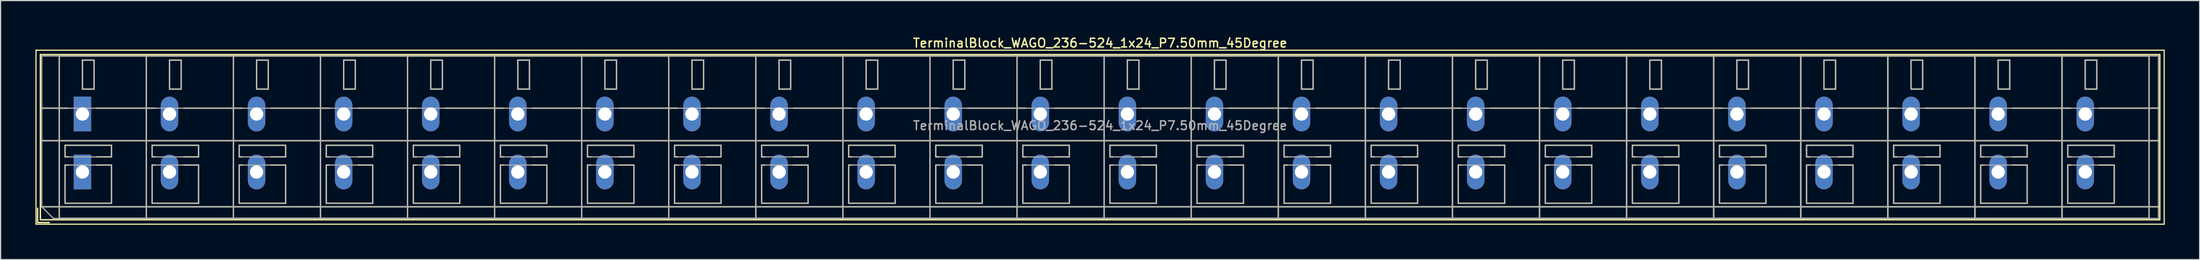
<source format=kicad_pcb>
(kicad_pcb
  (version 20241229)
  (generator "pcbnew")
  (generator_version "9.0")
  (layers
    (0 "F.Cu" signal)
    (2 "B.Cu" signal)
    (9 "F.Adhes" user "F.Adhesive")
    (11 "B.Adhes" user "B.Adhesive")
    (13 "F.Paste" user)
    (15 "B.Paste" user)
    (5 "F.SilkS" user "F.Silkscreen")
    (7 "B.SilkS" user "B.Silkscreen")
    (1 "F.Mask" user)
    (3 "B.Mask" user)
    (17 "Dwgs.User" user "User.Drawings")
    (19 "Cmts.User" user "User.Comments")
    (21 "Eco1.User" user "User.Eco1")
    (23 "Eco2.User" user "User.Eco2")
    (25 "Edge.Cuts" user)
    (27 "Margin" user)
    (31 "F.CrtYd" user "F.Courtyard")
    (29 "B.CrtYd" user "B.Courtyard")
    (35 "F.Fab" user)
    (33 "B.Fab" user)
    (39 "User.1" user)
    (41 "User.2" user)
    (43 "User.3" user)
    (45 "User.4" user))
  (footprint "TerminalBlock_WAGO_236-524_1x24_P7.50mm_45Degree"
    (layer "F.Cu")
    (at 4.05 6.778)
    (property "Reference" "TerminalBlock_WAGO_236-524_1x24_P7.50mm_45Degree" (at 87.65 -6.12 0) (layer "F.SilkS") (effects (font (size 0.75 0.75) (thickness 0.125))))
    (attr through_hole)
    (fp_line (start -4 -5.5) (end -4 9.5) (stroke (width 0.1) (type solid)) (layer "F.SilkS"))
    (fp_line (start -4 9.5) (end 179.3 9.5) (stroke (width 0.1) (type solid)) (layer "F.SilkS"))
    (fp_line (start -3.86 8.12) (end -3.86 9.36) (stroke (width 0.12) (type solid)) (layer "F.SilkS"))
    (fp_line (start -3.86 9.36) (end -2.86 9.36) (stroke (width 0.12) (type solid)) (layer "F.SilkS"))
    (fp_line (start -3.62 -5.12) (end -3.62 9.12) (stroke (width 0.12) (type solid)) (layer "F.SilkS"))
    (fp_line (start -3.62 -5.12) (end 178.92 -5.12) (stroke (width 0.12) (type solid)) (layer "F.SilkS"))
    (fp_line (start -3.62 -0.5) (end -1.23 -0.5) (stroke (width 0.12) (type solid)) (layer "F.SilkS"))
    (fp_line (start -3.62 2.3) (end 178.92 2.3) (stroke (width 0.12) (type solid)) (layer "F.SilkS"))
    (fp_line (start -3.62 8) (end 178.92 8) (stroke (width 0.12) (type solid)) (layer "F.SilkS"))
    (fp_line (start -3.62 9.12) (end 178.92 9.12) (stroke (width 0.12) (type solid)) (layer "F.SilkS"))
    (fp_line (start -2 -5) (end -2 9) (stroke (width 0.12) (type solid)) (layer "F.SilkS"))
    (fp_line (start -2 -5) (end 5.5 -5) (stroke (width 0.12) (type solid)) (layer "F.SilkS"))
    (fp_line (start -2 9) (end 5.5 9) (stroke (width 0.12) (type solid)) (layer "F.SilkS"))
    (fp_line (start -1.5 2.7) (end -1.5 3.7) (stroke (width 0.12) (type solid)) (layer "F.SilkS"))
    (fp_line (start -1.5 2.7) (end 2.5 2.7) (stroke (width 0.12) (type solid)) (layer "F.SilkS"))
    (fp_line (start -1.5 3.7) (end -1.23 3.7) (stroke (width 0.12) (type solid)) (layer "F.SilkS"))
    (fp_line (start -1.5 4.4) (end -1.5 7.7) (stroke (width 0.12) (type solid)) (layer "F.SilkS"))
    (fp_line (start -1.5 4.4) (end -1.23 4.4) (stroke (width 0.12) (type solid)) (layer "F.SilkS"))
    (fp_line (start -1.5 7.7) (end 2.5 7.7) (stroke (width 0.12) (type solid)) (layer "F.SilkS"))
    (fp_line (start 0 -4.65) (end 0 -2.151) (stroke (width 0.12) (type solid)) (layer "F.SilkS"))
    (fp_line (start 0 -4.65) (end 1 -4.65) (stroke (width 0.12) (type solid)) (layer "F.SilkS"))
    (fp_line (start 0 -2.151) (end 1 -2.151) (stroke (width 0.12) (type solid)) (layer "F.SilkS"))
    (fp_line (start 1 -4.65) (end 1 -2.151) (stroke (width 0.12) (type solid)) (layer "F.SilkS"))
    (fp_line (start 1.23 -0.5) (end 6.27 -0.5) (stroke (width 0.12) (type solid)) (layer "F.SilkS"))
    (fp_line (start 1.23 3.7) (end 2.5 3.7) (stroke (width 0.12) (type solid)) (layer "F.SilkS"))
    (fp_line (start 1.23 4.4) (end 2.5 4.4) (stroke (width 0.12) (type solid)) (layer "F.SilkS"))
    (fp_line (start 2.5 2.7) (end 2.5 3.7) (stroke (width 0.12) (type solid)) (layer "F.SilkS"))
    (fp_line (start 2.5 4.4) (end 2.5 7.7) (stroke (width 0.12) (type solid)) (layer "F.SilkS"))
    (fp_line (start 5.5 -5) (end 5.5 9) (stroke (width 0.12) (type solid)) (layer "F.SilkS"))
    (fp_line (start 5.5 -5) (end 5.5 9) (stroke (width 0.12) (type solid)) (layer "F.SilkS"))
    (fp_line (start 5.5 -5) (end 13 -5) (stroke (width 0.12) (type solid)) (layer "F.SilkS"))
    (fp_line (start 5.5 9) (end 13 9) (stroke (width 0.12) (type solid)) (layer "F.SilkS"))
    (fp_line (start 6 2.7) (end 6 3.7) (stroke (width 0.12) (type solid)) (layer "F.SilkS"))
    (fp_line (start 6 2.7) (end 10 2.7) (stroke (width 0.12) (type solid)) (layer "F.SilkS"))
    (fp_line (start 6 3.7) (end 6.27 3.7) (stroke (width 0.12) (type solid)) (layer "F.SilkS"))
    (fp_line (start 6 4.4) (end 6 7.7) (stroke (width 0.12) (type solid)) (layer "F.SilkS"))
    (fp_line (start 6 4.4) (end 6.27 4.4) (stroke (width 0.12) (type solid)) (layer "F.SilkS"))
    (fp_line (start 6 7.7) (end 10 7.7) (stroke (width 0.12) (type solid)) (layer "F.SilkS"))
    (fp_line (start 7.5 -4.65) (end 7.5 -2.151) (stroke (width 0.12) (type solid)) (layer "F.SilkS"))
    (fp_line (start 7.5 -4.65) (end 8.5 -4.65) (stroke (width 0.12) (type solid)) (layer "F.SilkS"))
    (fp_line (start 7.5 -2.151) (end 8.5 -2.151) (stroke (width 0.12) (type solid)) (layer "F.SilkS"))
    (fp_line (start 8.5 -4.65) (end 8.5 -2.151) (stroke (width 0.12) (type solid)) (layer "F.SilkS"))
    (fp_line (start 8.73 -0.5) (end 13.77 -0.5) (stroke (width 0.12) (type solid)) (layer "F.SilkS"))
    (fp_line (start 8.73 3.7) (end 10 3.7) (stroke (width 0.12) (type solid)) (layer "F.SilkS"))
    (fp_line (start 8.73 4.4) (end 10 4.4) (stroke (width 0.12) (type solid)) (layer "F.SilkS"))
    (fp_line (start 10 2.7) (end 10 3.7) (stroke (width 0.12) (type solid)) (layer "F.SilkS"))
    (fp_line (start 10 4.4) (end 10 7.7) (stroke (width 0.12) (type solid)) (layer "F.SilkS"))
    (fp_line (start 13 -5) (end 13 9) (stroke (width 0.12) (type solid)) (layer "F.SilkS"))
    (fp_line (start 13 -5) (end 13 9) (stroke (width 0.12) (type solid)) (layer "F.SilkS"))
    (fp_line (start 13 -5) (end 20.5 -5) (stroke (width 0.12) (type solid)) (layer "F.SilkS"))
    (fp_line (start 13 9) (end 20.5 9) (stroke (width 0.12) (type solid)) (layer "F.SilkS"))
    (fp_line (start 13.5 2.7) (end 13.5 3.7) (stroke (width 0.12) (type solid)) (layer "F.SilkS"))
    (fp_line (start 13.5 2.7) (end 17.5 2.7) (stroke (width 0.12) (type solid)) (layer "F.SilkS"))
    (fp_line (start 13.5 3.7) (end 13.77 3.7) (stroke (width 0.12) (type solid)) (layer "F.SilkS"))
    (fp_line (start 13.5 4.4) (end 13.5 7.7) (stroke (width 0.12) (type solid)) (layer "F.SilkS"))
    (fp_line (start 13.5 4.4) (end 13.77 4.4) (stroke (width 0.12) (type solid)) (layer "F.SilkS"))
    (fp_line (start 13.5 7.7) (end 17.5 7.7) (stroke (width 0.12) (type solid)) (layer "F.SilkS"))
    (fp_line (start 15 -4.65) (end 15 -2.151) (stroke (width 0.12) (type solid)) (layer "F.SilkS"))
    (fp_line (start 15 -4.65) (end 16 -4.65) (stroke (width 0.12) (type solid)) (layer "F.SilkS"))
    (fp_line (start 15 -2.151) (end 16 -2.151) (stroke (width 0.12) (type solid)) (layer "F.SilkS"))
    (fp_line (start 16 -4.65) (end 16 -2.151) (stroke (width 0.12) (type solid)) (layer "F.SilkS"))
    (fp_line (start 16.23 -0.5) (end 21.27 -0.5) (stroke (width 0.12) (type solid)) (layer "F.SilkS"))
    (fp_line (start 16.23 3.7) (end 17.5 3.7) (stroke (width 0.12) (type solid)) (layer "F.SilkS"))
    (fp_line (start 16.23 4.4) (end 17.5 4.4) (stroke (width 0.12) (type solid)) (layer "F.SilkS"))
    (fp_line (start 17.5 2.7) (end 17.5 3.7) (stroke (width 0.12) (type solid)) (layer "F.SilkS"))
    (fp_line (start 17.5 4.4) (end 17.5 7.7) (stroke (width 0.12) (type solid)) (layer "F.SilkS"))
    (fp_line (start 20.5 -5) (end 20.5 9) (stroke (width 0.12) (type solid)) (layer "F.SilkS"))
    (fp_line (start 20.5 -5) (end 20.5 9) (stroke (width 0.12) (type solid)) (layer "F.SilkS"))
    (fp_line (start 20.5 -5) (end 28 -5) (stroke (width 0.12) (type solid)) (layer "F.SilkS"))
    (fp_line (start 20.5 9) (end 28 9) (stroke (width 0.12) (type solid)) (layer "F.SilkS"))
    (fp_line (start 21 2.7) (end 21 3.7) (stroke (width 0.12) (type solid)) (layer "F.SilkS"))
    (fp_line (start 21 2.7) (end 25 2.7) (stroke (width 0.12) (type solid)) (layer "F.SilkS"))
    (fp_line (start 21 3.7) (end 21.27 3.7) (stroke (width 0.12) (type solid)) (layer "F.SilkS"))
    (fp_line (start 21 4.4) (end 21 7.7) (stroke (width 0.12) (type solid)) (layer "F.SilkS"))
    (fp_line (start 21 4.4) (end 21.27 4.4) (stroke (width 0.12) (type solid)) (layer "F.SilkS"))
    (fp_line (start 21 7.7) (end 25 7.7) (stroke (width 0.12) (type solid)) (layer "F.SilkS"))
    (fp_line (start 22.5 -4.65) (end 22.5 -2.151) (stroke (width 0.12) (type solid)) (layer "F.SilkS"))
    (fp_line (start 22.5 -4.65) (end 23.5 -4.65) (stroke (width 0.12) (type solid)) (layer "F.SilkS"))
    (fp_line (start 22.5 -2.151) (end 23.5 -2.151) (stroke (width 0.12) (type solid)) (layer "F.SilkS"))
    (fp_line (start 23.5 -4.65) (end 23.5 -2.151) (stroke (width 0.12) (type solid)) (layer "F.SilkS"))
    (fp_line (start 23.73 -0.5) (end 28.77 -0.5) (stroke (width 0.12) (type solid)) (layer "F.SilkS"))
    (fp_line (start 23.73 3.7) (end 25 3.7) (stroke (width 0.12) (type solid)) (layer "F.SilkS"))
    (fp_line (start 23.73 4.4) (end 25 4.4) (stroke (width 0.12) (type solid)) (layer "F.SilkS"))
    (fp_line (start 25 2.7) (end 25 3.7) (stroke (width 0.12) (type solid)) (layer "F.SilkS"))
    (fp_line (start 25 4.4) (end 25 7.7) (stroke (width 0.12) (type solid)) (layer "F.SilkS"))
    (fp_line (start 28 -5) (end 28 9) (stroke (width 0.12) (type solid)) (layer "F.SilkS"))
    (fp_line (start 28 -5) (end 28 9) (stroke (width 0.12) (type solid)) (layer "F.SilkS"))
    (fp_line (start 28 -5) (end 35.5 -5) (stroke (width 0.12) (type solid)) (layer "F.SilkS"))
    (fp_line (start 28 9) (end 35.5 9) (stroke (width 0.12) (type solid)) (layer "F.SilkS"))
    (fp_line (start 28.5 2.7) (end 28.5 3.7) (stroke (width 0.12) (type solid)) (layer "F.SilkS"))
    (fp_line (start 28.5 2.7) (end 32.5 2.7) (stroke (width 0.12) (type solid)) (layer "F.SilkS"))
    (fp_line (start 28.5 3.7) (end 28.77 3.7) (stroke (width 0.12) (type solid)) (layer "F.SilkS"))
    (fp_line (start 28.5 4.4) (end 28.5 7.7) (stroke (width 0.12) (type solid)) (layer "F.SilkS"))
    (fp_line (start 28.5 4.4) (end 28.77 4.4) (stroke (width 0.12) (type solid)) (layer "F.SilkS"))
    (fp_line (start 28.5 7.7) (end 32.5 7.7) (stroke (width 0.12) (type solid)) (layer "F.SilkS"))
    (fp_line (start 30 -4.65) (end 30 -2.151) (stroke (width 0.12) (type solid)) (layer "F.SilkS"))
    (fp_line (start 30 -4.65) (end 31 -4.65) (stroke (width 0.12) (type solid)) (layer "F.SilkS"))
    (fp_line (start 30 -2.151) (end 31 -2.151) (stroke (width 0.12) (type solid)) (layer "F.SilkS"))
    (fp_line (start 31 -4.65) (end 31 -2.151) (stroke (width 0.12) (type solid)) (layer "F.SilkS"))
    (fp_line (start 31.23 -0.5) (end 36.27 -0.5) (stroke (width 0.12) (type solid)) (layer "F.SilkS"))
    (fp_line (start 31.23 3.7) (end 32.5 3.7) (stroke (width 0.12) (type solid)) (layer "F.SilkS"))
    (fp_line (start 31.23 4.4) (end 32.5 4.4) (stroke (width 0.12) (type solid)) (layer "F.SilkS"))
    (fp_line (start 32.5 2.7) (end 32.5 3.7) (stroke (width 0.12) (type solid)) (layer "F.SilkS"))
    (fp_line (start 32.5 4.4) (end 32.5 7.7) (stroke (width 0.12) (type solid)) (layer "F.SilkS"))
    (fp_line (start 35.5 -5) (end 35.5 9) (stroke (width 0.12) (type solid)) (layer "F.SilkS"))
    (fp_line (start 35.5 -5) (end 35.5 9) (stroke (width 0.12) (type solid)) (layer "F.SilkS"))
    (fp_line (start 35.5 -5) (end 43 -5) (stroke (width 0.12) (type solid)) (layer "F.SilkS"))
    (fp_line (start 35.5 9) (end 43 9) (stroke (width 0.12) (type solid)) (layer "F.SilkS"))
    (fp_line (start 36 2.7) (end 36 3.7) (stroke (width 0.12) (type solid)) (layer "F.SilkS"))
    (fp_line (start 36 2.7) (end 40 2.7) (stroke (width 0.12) (type solid)) (layer "F.SilkS"))
    (fp_line (start 36 3.7) (end 36.27 3.7) (stroke (width 0.12) (type solid)) (layer "F.SilkS"))
    (fp_line (start 36 4.4) (end 36 7.7) (stroke (width 0.12) (type solid)) (layer "F.SilkS"))
    (fp_line (start 36 4.4) (end 36.27 4.4) (stroke (width 0.12) (type solid)) (layer "F.SilkS"))
    (fp_line (start 36 7.7) (end 40 7.7) (stroke (width 0.12) (type solid)) (layer "F.SilkS"))
    (fp_line (start 37.5 -4.65) (end 37.5 -2.151) (stroke (width 0.12) (type solid)) (layer "F.SilkS"))
    (fp_line (start 37.5 -4.65) (end 38.5 -4.65) (stroke (width 0.12) (type solid)) (layer "F.SilkS"))
    (fp_line (start 37.5 -2.151) (end 38.5 -2.151) (stroke (width 0.12) (type solid)) (layer "F.SilkS"))
    (fp_line (start 38.5 -4.65) (end 38.5 -2.151) (stroke (width 0.12) (type solid)) (layer "F.SilkS"))
    (fp_line (start 38.73 -0.5) (end 43.77 -0.5) (stroke (width 0.12) (type solid)) (layer "F.SilkS"))
    (fp_line (start 38.73 3.7) (end 40 3.7) (stroke (width 0.12) (type solid)) (layer "F.SilkS"))
    (fp_line (start 38.73 4.4) (end 40 4.4) (stroke (width 0.12) (type solid)) (layer "F.SilkS"))
    (fp_line (start 40 2.7) (end 40 3.7) (stroke (width 0.12) (type solid)) (layer "F.SilkS"))
    (fp_line (start 40 4.4) (end 40 7.7) (stroke (width 0.12) (type solid)) (layer "F.SilkS"))
    (fp_line (start 43 -5) (end 43 9) (stroke (width 0.12) (type solid)) (layer "F.SilkS"))
    (fp_line (start 43 -5) (end 43 9) (stroke (width 0.12) (type solid)) (layer "F.SilkS"))
    (fp_line (start 43 -5) (end 50.5 -5) (stroke (width 0.12) (type solid)) (layer "F.SilkS"))
    (fp_line (start 43 9) (end 50.5 9) (stroke (width 0.12) (type solid)) (layer "F.SilkS"))
    (fp_line (start 43.5 2.7) (end 43.5 3.7) (stroke (width 0.12) (type solid)) (layer "F.SilkS"))
    (fp_line (start 43.5 2.7) (end 47.5 2.7) (stroke (width 0.12) (type solid)) (layer "F.SilkS"))
    (fp_line (start 43.5 3.7) (end 43.77 3.7) (stroke (width 0.12) (type solid)) (layer "F.SilkS"))
    (fp_line (start 43.5 4.4) (end 43.5 7.7) (stroke (width 0.12) (type solid)) (layer "F.SilkS"))
    (fp_line (start 43.5 4.4) (end 43.77 4.4) (stroke (width 0.12) (type solid)) (layer "F.SilkS"))
    (fp_line (start 43.5 7.7) (end 47.5 7.7) (stroke (width 0.12) (type solid)) (layer "F.SilkS"))
    (fp_line (start 45 -4.65) (end 45 -2.151) (stroke (width 0.12) (type solid)) (layer "F.SilkS"))
    (fp_line (start 45 -4.65) (end 46 -4.65) (stroke (width 0.12) (type solid)) (layer "F.SilkS"))
    (fp_line (start 45 -2.151) (end 46 -2.151) (stroke (width 0.12) (type solid)) (layer "F.SilkS"))
    (fp_line (start 46 -4.65) (end 46 -2.151) (stroke (width 0.12) (type solid)) (layer "F.SilkS"))
    (fp_line (start 46.23 -0.5) (end 51.27 -0.5) (stroke (width 0.12) (type solid)) (layer "F.SilkS"))
    (fp_line (start 46.23 3.7) (end 47.5 3.7) (stroke (width 0.12) (type solid)) (layer "F.SilkS"))
    (fp_line (start 46.23 4.4) (end 47.5 4.4) (stroke (width 0.12) (type solid)) (layer "F.SilkS"))
    (fp_line (start 47.5 2.7) (end 47.5 3.7) (stroke (width 0.12) (type solid)) (layer "F.SilkS"))
    (fp_line (start 47.5 4.4) (end 47.5 7.7) (stroke (width 0.12) (type solid)) (layer "F.SilkS"))
    (fp_line (start 50.5 -5) (end 50.5 9) (stroke (width 0.12) (type solid)) (layer "F.SilkS"))
    (fp_line (start 50.5 -5) (end 50.5 9) (stroke (width 0.12) (type solid)) (layer "F.SilkS"))
    (fp_line (start 50.5 -5) (end 58 -5) (stroke (width 0.12) (type solid)) (layer "F.SilkS"))
    (fp_line (start 50.5 9) (end 58 9) (stroke (width 0.12) (type solid)) (layer "F.SilkS"))
    (fp_line (start 51 2.7) (end 51 3.7) (stroke (width 0.12) (type solid)) (layer "F.SilkS"))
    (fp_line (start 51 2.7) (end 55 2.7) (stroke (width 0.12) (type solid)) (layer "F.SilkS"))
    (fp_line (start 51 3.7) (end 51.27 3.7) (stroke (width 0.12) (type solid)) (layer "F.SilkS"))
    (fp_line (start 51 4.4) (end 51 7.7) (stroke (width 0.12) (type solid)) (layer "F.SilkS"))
    (fp_line (start 51 4.4) (end 51.27 4.4) (stroke (width 0.12) (type solid)) (layer "F.SilkS"))
    (fp_line (start 51 7.7) (end 55 7.7) (stroke (width 0.12) (type solid)) (layer "F.SilkS"))
    (fp_line (start 52.5 -4.65) (end 52.5 -2.151) (stroke (width 0.12) (type solid)) (layer "F.SilkS"))
    (fp_line (start 52.5 -4.65) (end 53.5 -4.65) (stroke (width 0.12) (type solid)) (layer "F.SilkS"))
    (fp_line (start 52.5 -2.151) (end 53.5 -2.151) (stroke (width 0.12) (type solid)) (layer "F.SilkS"))
    (fp_line (start 53.5 -4.65) (end 53.5 -2.151) (stroke (width 0.12) (type solid)) (layer "F.SilkS"))
    (fp_line (start 53.73 -0.5) (end 58.77 -0.5) (stroke (width 0.12) (type solid)) (layer "F.SilkS"))
    (fp_line (start 53.73 3.7) (end 55 3.7) (stroke (width 0.12) (type solid)) (layer "F.SilkS"))
    (fp_line (start 53.73 4.4) (end 55 4.4) (stroke (width 0.12) (type solid)) (layer "F.SilkS"))
    (fp_line (start 55 2.7) (end 55 3.7) (stroke (width 0.12) (type solid)) (layer "F.SilkS"))
    (fp_line (start 55 4.4) (end 55 7.7) (stroke (width 0.12) (type solid)) (layer "F.SilkS"))
    (fp_line (start 58 -5) (end 58 9) (stroke (width 0.12) (type solid)) (layer "F.SilkS"))
    (fp_line (start 58 -5) (end 58 9) (stroke (width 0.12) (type solid)) (layer "F.SilkS"))
    (fp_line (start 58 -5) (end 65.5 -5) (stroke (width 0.12) (type solid)) (layer "F.SilkS"))
    (fp_line (start 58 9) (end 65.5 9) (stroke (width 0.12) (type solid)) (layer "F.SilkS"))
    (fp_line (start 58.5 2.7) (end 58.5 3.7) (stroke (width 0.12) (type solid)) (layer "F.SilkS"))
    (fp_line (start 58.5 2.7) (end 62.5 2.7) (stroke (width 0.12) (type solid)) (layer "F.SilkS"))
    (fp_line (start 58.5 3.7) (end 58.77 3.7) (stroke (width 0.12) (type solid)) (layer "F.SilkS"))
    (fp_line (start 58.5 4.4) (end 58.5 7.7) (stroke (width 0.12) (type solid)) (layer "F.SilkS"))
    (fp_line (start 58.5 4.4) (end 58.77 4.4) (stroke (width 0.12) (type solid)) (layer "F.SilkS"))
    (fp_line (start 58.5 7.7) (end 62.5 7.7) (stroke (width 0.12) (type solid)) (layer "F.SilkS"))
    (fp_line (start 60 -4.65) (end 60 -2.151) (stroke (width 0.12) (type solid)) (layer "F.SilkS"))
    (fp_line (start 60 -4.65) (end 61 -4.65) (stroke (width 0.12) (type solid)) (layer "F.SilkS"))
    (fp_line (start 60 -2.151) (end 61 -2.151) (stroke (width 0.12) (type solid)) (layer "F.SilkS"))
    (fp_line (start 61 -4.65) (end 61 -2.151) (stroke (width 0.12) (type solid)) (layer "F.SilkS"))
    (fp_line (start 61.23 -0.5) (end 66.27 -0.5) (stroke (width 0.12) (type solid)) (layer "F.SilkS"))
    (fp_line (start 61.23 3.7) (end 62.5 3.7) (stroke (width 0.12) (type solid)) (layer "F.SilkS"))
    (fp_line (start 61.23 4.4) (end 62.5 4.4) (stroke (width 0.12) (type solid)) (layer "F.SilkS"))
    (fp_line (start 62.5 2.7) (end 62.5 3.7) (stroke (width 0.12) (type solid)) (layer "F.SilkS"))
    (fp_line (start 62.5 4.4) (end 62.5 7.7) (stroke (width 0.12) (type solid)) (layer "F.SilkS"))
    (fp_line (start 65.5 -5) (end 65.5 9) (stroke (width 0.12) (type solid)) (layer "F.SilkS"))
    (fp_line (start 65.5 -5) (end 65.5 9) (stroke (width 0.12) (type solid)) (layer "F.SilkS"))
    (fp_line (start 65.5 -5) (end 73 -5) (stroke (width 0.12) (type solid)) (layer "F.SilkS"))
    (fp_line (start 65.5 9) (end 73 9) (stroke (width 0.12) (type solid)) (layer "F.SilkS"))
    (fp_line (start 66 2.7) (end 66 3.7) (stroke (width 0.12) (type solid)) (layer "F.SilkS"))
    (fp_line (start 66 2.7) (end 70 2.7) (stroke (width 0.12) (type solid)) (layer "F.SilkS"))
    (fp_line (start 66 3.7) (end 66.27 3.7) (stroke (width 0.12) (type solid)) (layer "F.SilkS"))
    (fp_line (start 66 4.4) (end 66 7.7) (stroke (width 0.12) (type solid)) (layer "F.SilkS"))
    (fp_line (start 66 4.4) (end 66.27 4.4) (stroke (width 0.12) (type solid)) (layer "F.SilkS"))
    (fp_line (start 66 7.7) (end 70 7.7) (stroke (width 0.12) (type solid)) (layer "F.SilkS"))
    (fp_line (start 67.5 -4.65) (end 67.5 -2.151) (stroke (width 0.12) (type solid)) (layer "F.SilkS"))
    (fp_line (start 67.5 -4.65) (end 68.5 -4.65) (stroke (width 0.12) (type solid)) (layer "F.SilkS"))
    (fp_line (start 67.5 -2.151) (end 68.5 -2.151) (stroke (width 0.12) (type solid)) (layer "F.SilkS"))
    (fp_line (start 68.5 -4.65) (end 68.5 -2.151) (stroke (width 0.12) (type solid)) (layer "F.SilkS"))
    (fp_line (start 68.73 -0.5) (end 73.77 -0.5) (stroke (width 0.12) (type solid)) (layer "F.SilkS"))
    (fp_line (start 68.73 3.7) (end 70 3.7) (stroke (width 0.12) (type solid)) (layer "F.SilkS"))
    (fp_line (start 68.73 4.4) (end 70 4.4) (stroke (width 0.12) (type solid)) (layer "F.SilkS"))
    (fp_line (start 70 2.7) (end 70 3.7) (stroke (width 0.12) (type solid)) (layer "F.SilkS"))
    (fp_line (start 70 4.4) (end 70 7.7) (stroke (width 0.12) (type solid)) (layer "F.SilkS"))
    (fp_line (start 73 -5) (end 73 9) (stroke (width 0.12) (type solid)) (layer "F.SilkS"))
    (fp_line (start 73 -5) (end 73 9) (stroke (width 0.12) (type solid)) (layer "F.SilkS"))
    (fp_line (start 73 -5) (end 80.5 -5) (stroke (width 0.12) (type solid)) (layer "F.SilkS"))
    (fp_line (start 73 9) (end 80.5 9) (stroke (width 0.12) (type solid)) (layer "F.SilkS"))
    (fp_line (start 73.5 2.7) (end 73.5 3.7) (stroke (width 0.12) (type solid)) (layer "F.SilkS"))
    (fp_line (start 73.5 2.7) (end 77.5 2.7) (stroke (width 0.12) (type solid)) (layer "F.SilkS"))
    (fp_line (start 73.5 3.7) (end 73.77 3.7) (stroke (width 0.12) (type solid)) (layer "F.SilkS"))
    (fp_line (start 73.5 4.4) (end 73.5 7.7) (stroke (width 0.12) (type solid)) (layer "F.SilkS"))
    (fp_line (start 73.5 4.4) (end 73.77 4.4) (stroke (width 0.12) (type solid)) (layer "F.SilkS"))
    (fp_line (start 73.5 7.7) (end 77.5 7.7) (stroke (width 0.12) (type solid)) (layer "F.SilkS"))
    (fp_line (start 75 -4.65) (end 75 -2.151) (stroke (width 0.12) (type solid)) (layer "F.SilkS"))
    (fp_line (start 75 -4.65) (end 76 -4.65) (stroke (width 0.12) (type solid)) (layer "F.SilkS"))
    (fp_line (start 75 -2.151) (end 76 -2.151) (stroke (width 0.12) (type solid)) (layer "F.SilkS"))
    (fp_line (start 76 -4.65) (end 76 -2.151) (stroke (width 0.12) (type solid)) (layer "F.SilkS"))
    (fp_line (start 76.23 -0.5) (end 81.27 -0.5) (stroke (width 0.12) (type solid)) (layer "F.SilkS"))
    (fp_line (start 76.23 3.7) (end 77.5 3.7) (stroke (width 0.12) (type solid)) (layer "F.SilkS"))
    (fp_line (start 76.23 4.4) (end 77.5 4.4) (stroke (width 0.12) (type solid)) (layer "F.SilkS"))
    (fp_line (start 77.5 2.7) (end 77.5 3.7) (stroke (width 0.12) (type solid)) (layer "F.SilkS"))
    (fp_line (start 77.5 4.4) (end 77.5 7.7) (stroke (width 0.12) (type solid)) (layer "F.SilkS"))
    (fp_line (start 80.5 -5) (end 80.5 9) (stroke (width 0.12) (type solid)) (layer "F.SilkS"))
    (fp_line (start 80.5 -5) (end 80.5 9) (stroke (width 0.12) (type solid)) (layer "F.SilkS"))
    (fp_line (start 80.5 -5) (end 88 -5) (stroke (width 0.12) (type solid)) (layer "F.SilkS"))
    (fp_line (start 80.5 9) (end 88 9) (stroke (width 0.12) (type solid)) (layer "F.SilkS"))
    (fp_line (start 81 2.7) (end 81 3.7) (stroke (width 0.12) (type solid)) (layer "F.SilkS"))
    (fp_line (start 81 2.7) (end 85 2.7) (stroke (width 0.12) (type solid)) (layer "F.SilkS"))
    (fp_line (start 81 3.7) (end 81.27 3.7) (stroke (width 0.12) (type solid)) (layer "F.SilkS"))
    (fp_line (start 81 4.4) (end 81 7.7) (stroke (width 0.12) (type solid)) (layer "F.SilkS"))
    (fp_line (start 81 4.4) (end 81.27 4.4) (stroke (width 0.12) (type solid)) (layer "F.SilkS"))
    (fp_line (start 81 7.7) (end 85 7.7) (stroke (width 0.12) (type solid)) (layer "F.SilkS"))
    (fp_line (start 82.5 -4.65) (end 82.5 -2.151) (stroke (width 0.12) (type solid)) (layer "F.SilkS"))
    (fp_line (start 82.5 -4.65) (end 83.5 -4.65) (stroke (width 0.12) (type solid)) (layer "F.SilkS"))
    (fp_line (start 82.5 -2.151) (end 83.5 -2.151) (stroke (width 0.12) (type solid)) (layer "F.SilkS"))
    (fp_line (start 83.5 -4.65) (end 83.5 -2.151) (stroke (width 0.12) (type solid)) (layer "F.SilkS"))
    (fp_line (start 83.73 -0.5) (end 88.77 -0.5) (stroke (width 0.12) (type solid)) (layer "F.SilkS"))
    (fp_line (start 83.73 3.7) (end 85 3.7) (stroke (width 0.12) (type solid)) (layer "F.SilkS"))
    (fp_line (start 83.73 4.4) (end 85 4.4) (stroke (width 0.12) (type solid)) (layer "F.SilkS"))
    (fp_line (start 85 2.7) (end 85 3.7) (stroke (width 0.12) (type solid)) (layer "F.SilkS"))
    (fp_line (start 85 4.4) (end 85 7.7) (stroke (width 0.12) (type solid)) (layer "F.SilkS"))
    (fp_line (start 88 -5) (end 88 9) (stroke (width 0.12) (type solid)) (layer "F.SilkS"))
    (fp_line (start 88 -5) (end 88 9) (stroke (width 0.12) (type solid)) (layer "F.SilkS"))
    (fp_line (start 88 -5) (end 95.5 -5) (stroke (width 0.12) (type solid)) (layer "F.SilkS"))
    (fp_line (start 88 9) (end 95.5 9) (stroke (width 0.12) (type solid)) (layer "F.SilkS"))
    (fp_line (start 88.5 2.7) (end 88.5 3.7) (stroke (width 0.12) (type solid)) (layer "F.SilkS"))
    (fp_line (start 88.5 2.7) (end 92.5 2.7) (stroke (width 0.12) (type solid)) (layer "F.SilkS"))
    (fp_line (start 88.5 3.7) (end 88.77 3.7) (stroke (width 0.12) (type solid)) (layer "F.SilkS"))
    (fp_line (start 88.5 4.4) (end 88.5 7.7) (stroke (width 0.12) (type solid)) (layer "F.SilkS"))
    (fp_line (start 88.5 4.4) (end 88.77 4.4) (stroke (width 0.12) (type solid)) (layer "F.SilkS"))
    (fp_line (start 88.5 7.7) (end 92.5 7.7) (stroke (width 0.12) (type solid)) (layer "F.SilkS"))
    (fp_line (start 90 -4.65) (end 90 -2.151) (stroke (width 0.12) (type solid)) (layer "F.SilkS"))
    (fp_line (start 90 -4.65) (end 91 -4.65) (stroke (width 0.12) (type solid)) (layer "F.SilkS"))
    (fp_line (start 90 -2.151) (end 91 -2.151) (stroke (width 0.12) (type solid)) (layer "F.SilkS"))
    (fp_line (start 91 -4.65) (end 91 -2.151) (stroke (width 0.12) (type solid)) (layer "F.SilkS"))
    (fp_line (start 91.23 -0.5) (end 96.27 -0.5) (stroke (width 0.12) (type solid)) (layer "F.SilkS"))
    (fp_line (start 91.23 3.7) (end 92.5 3.7) (stroke (width 0.12) (type solid)) (layer "F.SilkS"))
    (fp_line (start 91.23 4.4) (end 92.5 4.4) (stroke (width 0.12) (type solid)) (layer "F.SilkS"))
    (fp_line (start 92.5 2.7) (end 92.5 3.7) (stroke (width 0.12) (type solid)) (layer "F.SilkS"))
    (fp_line (start 92.5 4.4) (end 92.5 7.7) (stroke (width 0.12) (type solid)) (layer "F.SilkS"))
    (fp_line (start 95.5 -5) (end 95.5 9) (stroke (width 0.12) (type solid)) (layer "F.SilkS"))
    (fp_line (start 95.5 -5) (end 95.5 9) (stroke (width 0.12) (type solid)) (layer "F.SilkS"))
    (fp_line (start 95.5 -5) (end 103 -5) (stroke (width 0.12) (type solid)) (layer "F.SilkS"))
    (fp_line (start 95.5 9) (end 103 9) (stroke (width 0.12) (type solid)) (layer "F.SilkS"))
    (fp_line (start 96 2.7) (end 96 3.7) (stroke (width 0.12) (type solid)) (layer "F.SilkS"))
    (fp_line (start 96 2.7) (end 100 2.7) (stroke (width 0.12) (type solid)) (layer "F.SilkS"))
    (fp_line (start 96 3.7) (end 96.27 3.7) (stroke (width 0.12) (type solid)) (layer "F.SilkS"))
    (fp_line (start 96 4.4) (end 96 7.7) (stroke (width 0.12) (type solid)) (layer "F.SilkS"))
    (fp_line (start 96 4.4) (end 96.27 4.4) (stroke (width 0.12) (type solid)) (layer "F.SilkS"))
    (fp_line (start 96 7.7) (end 100 7.7) (stroke (width 0.12) (type solid)) (layer "F.SilkS"))
    (fp_line (start 97.5 -4.65) (end 97.5 -2.151) (stroke (width 0.12) (type solid)) (layer "F.SilkS"))
    (fp_line (start 97.5 -4.65) (end 98.5 -4.65) (stroke (width 0.12) (type solid)) (layer "F.SilkS"))
    (fp_line (start 97.5 -2.151) (end 98.5 -2.151) (stroke (width 0.12) (type solid)) (layer "F.SilkS"))
    (fp_line (start 98.5 -4.65) (end 98.5 -2.151) (stroke (width 0.12) (type solid)) (layer "F.SilkS"))
    (fp_line (start 98.73 -0.5) (end 103.77 -0.5) (stroke (width 0.12) (type solid)) (layer "F.SilkS"))
    (fp_line (start 98.73 3.7) (end 100 3.7) (stroke (width 0.12) (type solid)) (layer "F.SilkS"))
    (fp_line (start 98.73 4.4) (end 100 4.4) (stroke (width 0.12) (type solid)) (layer "F.SilkS"))
    (fp_line (start 100 2.7) (end 100 3.7) (stroke (width 0.12) (type solid)) (layer "F.SilkS"))
    (fp_line (start 100 4.4) (end 100 7.7) (stroke (width 0.12) (type solid)) (layer "F.SilkS"))
    (fp_line (start 103 -5) (end 103 9) (stroke (width 0.12) (type solid)) (layer "F.SilkS"))
    (fp_line (start 103 -5) (end 103 9) (stroke (width 0.12) (type solid)) (layer "F.SilkS"))
    (fp_line (start 103 -5) (end 110.5 -5) (stroke (width 0.12) (type solid)) (layer "F.SilkS"))
    (fp_line (start 103 9) (end 110.5 9) (stroke (width 0.12) (type solid)) (layer "F.SilkS"))
    (fp_line (start 103.5 2.7) (end 103.5 3.7) (stroke (width 0.12) (type solid)) (layer "F.SilkS"))
    (fp_line (start 103.5 2.7) (end 107.5 2.7) (stroke (width 0.12) (type solid)) (layer "F.SilkS"))
    (fp_line (start 103.5 3.7) (end 103.77 3.7) (stroke (width 0.12) (type solid)) (layer "F.SilkS"))
    (fp_line (start 103.5 4.4) (end 103.5 7.7) (stroke (width 0.12) (type solid)) (layer "F.SilkS"))
    (fp_line (start 103.5 4.4) (end 103.77 4.4) (stroke (width 0.12) (type solid)) (layer "F.SilkS"))
    (fp_line (start 103.5 7.7) (end 107.5 7.7) (stroke (width 0.12) (type solid)) (layer "F.SilkS"))
    (fp_line (start 105 -4.65) (end 105 -2.151) (stroke (width 0.12) (type solid)) (layer "F.SilkS"))
    (fp_line (start 105 -4.65) (end 106 -4.65) (stroke (width 0.12) (type solid)) (layer "F.SilkS"))
    (fp_line (start 105 -2.151) (end 106 -2.151) (stroke (width 0.12) (type solid)) (layer "F.SilkS"))
    (fp_line (start 106 -4.65) (end 106 -2.151) (stroke (width 0.12) (type solid)) (layer "F.SilkS"))
    (fp_line (start 106.23 -0.5) (end 111.27 -0.5) (stroke (width 0.12) (type solid)) (layer "F.SilkS"))
    (fp_line (start 106.23 3.7) (end 107.5 3.7) (stroke (width 0.12) (type solid)) (layer "F.SilkS"))
    (fp_line (start 106.23 4.4) (end 107.5 4.4) (stroke (width 0.12) (type solid)) (layer "F.SilkS"))
    (fp_line (start 107.5 2.7) (end 107.5 3.7) (stroke (width 0.12) (type solid)) (layer "F.SilkS"))
    (fp_line (start 107.5 4.4) (end 107.5 7.7) (stroke (width 0.12) (type solid)) (layer "F.SilkS"))
    (fp_line (start 110.5 -5) (end 110.5 9) (stroke (width 0.12) (type solid)) (layer "F.SilkS"))
    (fp_line (start 110.5 -5) (end 110.5 9) (stroke (width 0.12) (type solid)) (layer "F.SilkS"))
    (fp_line (start 110.5 -5) (end 118 -5) (stroke (width 0.12) (type solid)) (layer "F.SilkS"))
    (fp_line (start 110.5 9) (end 118 9) (stroke (width 0.12) (type solid)) (layer "F.SilkS"))
    (fp_line (start 111 2.7) (end 111 3.7) (stroke (width 0.12) (type solid)) (layer "F.SilkS"))
    (fp_line (start 111 2.7) (end 115 2.7) (stroke (width 0.12) (type solid)) (layer "F.SilkS"))
    (fp_line (start 111 3.7) (end 111.27 3.7) (stroke (width 0.12) (type solid)) (layer "F.SilkS"))
    (fp_line (start 111 4.4) (end 111 7.7) (stroke (width 0.12) (type solid)) (layer "F.SilkS"))
    (fp_line (start 111 4.4) (end 111.27 4.4) (stroke (width 0.12) (type solid)) (layer "F.SilkS"))
    (fp_line (start 111 7.7) (end 115 7.7) (stroke (width 0.12) (type solid)) (layer "F.SilkS"))
    (fp_line (start 112.5 -4.65) (end 112.5 -2.151) (stroke (width 0.12) (type solid)) (layer "F.SilkS"))
    (fp_line (start 112.5 -4.65) (end 113.5 -4.65) (stroke (width 0.12) (type solid)) (layer "F.SilkS"))
    (fp_line (start 112.5 -2.151) (end 113.5 -2.151) (stroke (width 0.12) (type solid)) (layer "F.SilkS"))
    (fp_line (start 113.5 -4.65) (end 113.5 -2.151) (stroke (width 0.12) (type solid)) (layer "F.SilkS"))
    (fp_line (start 113.73 -0.5) (end 118.77 -0.5) (stroke (width 0.12) (type solid)) (layer "F.SilkS"))
    (fp_line (start 113.73 3.7) (end 115 3.7) (stroke (width 0.12) (type solid)) (layer "F.SilkS"))
    (fp_line (start 113.73 4.4) (end 115 4.4) (stroke (width 0.12) (type solid)) (layer "F.SilkS"))
    (fp_line (start 115 2.7) (end 115 3.7) (stroke (width 0.12) (type solid)) (layer "F.SilkS"))
    (fp_line (start 115 4.4) (end 115 7.7) (stroke (width 0.12) (type solid)) (layer "F.SilkS"))
    (fp_line (start 118 -5) (end 118 9) (stroke (width 0.12) (type solid)) (layer "F.SilkS"))
    (fp_line (start 118 -5) (end 118 9) (stroke (width 0.12) (type solid)) (layer "F.SilkS"))
    (fp_line (start 118 -5) (end 125.5 -5) (stroke (width 0.12) (type solid)) (layer "F.SilkS"))
    (fp_line (start 118 9) (end 125.5 9) (stroke (width 0.12) (type solid)) (layer "F.SilkS"))
    (fp_line (start 118.5 2.7) (end 118.5 3.7) (stroke (width 0.12) (type solid)) (layer "F.SilkS"))
    (fp_line (start 118.5 2.7) (end 122.5 2.7) (stroke (width 0.12) (type solid)) (layer "F.SilkS"))
    (fp_line (start 118.5 3.7) (end 118.77 3.7) (stroke (width 0.12) (type solid)) (layer "F.SilkS"))
    (fp_line (start 118.5 4.4) (end 118.5 7.7) (stroke (width 0.12) (type solid)) (layer "F.SilkS"))
    (fp_line (start 118.5 4.4) (end 118.77 4.4) (stroke (width 0.12) (type solid)) (layer "F.SilkS"))
    (fp_line (start 118.5 7.7) (end 122.5 7.7) (stroke (width 0.12) (type solid)) (layer "F.SilkS"))
    (fp_line (start 120 -4.65) (end 120 -2.151) (stroke (width 0.12) (type solid)) (layer "F.SilkS"))
    (fp_line (start 120 -4.65) (end 121 -4.65) (stroke (width 0.12) (type solid)) (layer "F.SilkS"))
    (fp_line (start 120 -2.151) (end 121 -2.151) (stroke (width 0.12) (type solid)) (layer "F.SilkS"))
    (fp_line (start 121 -4.65) (end 121 -2.151) (stroke (width 0.12) (type solid)) (layer "F.SilkS"))
    (fp_line (start 121.23 -0.5) (end 126.27 -0.5) (stroke (width 0.12) (type solid)) (layer "F.SilkS"))
    (fp_line (start 121.23 3.7) (end 122.5 3.7) (stroke (width 0.12) (type solid)) (layer "F.SilkS"))
    (fp_line (start 121.23 4.4) (end 122.5 4.4) (stroke (width 0.12) (type solid)) (layer "F.SilkS"))
    (fp_line (start 122.5 2.7) (end 122.5 3.7) (stroke (width 0.12) (type solid)) (layer "F.SilkS"))
    (fp_line (start 122.5 4.4) (end 122.5 7.7) (stroke (width 0.12) (type solid)) (layer "F.SilkS"))
    (fp_line (start 125.5 -5) (end 125.5 9) (stroke (width 0.12) (type solid)) (layer "F.SilkS"))
    (fp_line (start 125.5 -5) (end 125.5 9) (stroke (width 0.12) (type solid)) (layer "F.SilkS"))
    (fp_line (start 125.5 -5) (end 133 -5) (stroke (width 0.12) (type solid)) (layer "F.SilkS"))
    (fp_line (start 125.5 9) (end 133 9) (stroke (width 0.12) (type solid)) (layer "F.SilkS"))
    (fp_line (start 126 2.7) (end 126 3.7) (stroke (width 0.12) (type solid)) (layer "F.SilkS"))
    (fp_line (start 126 2.7) (end 130 2.7) (stroke (width 0.12) (type solid)) (layer "F.SilkS"))
    (fp_line (start 126 3.7) (end 126.27 3.7) (stroke (width 0.12) (type solid)) (layer "F.SilkS"))
    (fp_line (start 126 4.4) (end 126 7.7) (stroke (width 0.12) (type solid)) (layer "F.SilkS"))
    (fp_line (start 126 4.4) (end 126.27 4.4) (stroke (width 0.12) (type solid)) (layer "F.SilkS"))
    (fp_line (start 126 7.7) (end 130 7.7) (stroke (width 0.12) (type solid)) (layer "F.SilkS"))
    (fp_line (start 127.5 -4.65) (end 127.5 -2.151) (stroke (width 0.12) (type solid)) (layer "F.SilkS"))
    (fp_line (start 127.5 -4.65) (end 128.5 -4.65) (stroke (width 0.12) (type solid)) (layer "F.SilkS"))
    (fp_line (start 127.5 -2.151) (end 128.5 -2.151) (stroke (width 0.12) (type solid)) (layer "F.SilkS"))
    (fp_line (start 128.5 -4.65) (end 128.5 -2.151) (stroke (width 0.12) (type solid)) (layer "F.SilkS"))
    (fp_line (start 128.73 -0.5) (end 133.77 -0.5) (stroke (width 0.12) (type solid)) (layer "F.SilkS"))
    (fp_line (start 128.73 3.7) (end 130 3.7) (stroke (width 0.12) (type solid)) (layer "F.SilkS"))
    (fp_line (start 128.73 4.4) (end 130 4.4) (stroke (width 0.12) (type solid)) (layer "F.SilkS"))
    (fp_line (start 130 2.7) (end 130 3.7) (stroke (width 0.12) (type solid)) (layer "F.SilkS"))
    (fp_line (start 130 4.4) (end 130 7.7) (stroke (width 0.12) (type solid)) (layer "F.SilkS"))
    (fp_line (start 133 -5) (end 133 9) (stroke (width 0.12) (type solid)) (layer "F.SilkS"))
    (fp_line (start 133 -5) (end 133 9) (stroke (width 0.12) (type solid)) (layer "F.SilkS"))
    (fp_line (start 133 -5) (end 140.5 -5) (stroke (width 0.12) (type solid)) (layer "F.SilkS"))
    (fp_line (start 133 9) (end 140.5 9) (stroke (width 0.12) (type solid)) (layer "F.SilkS"))
    (fp_line (start 133.5 2.7) (end 133.5 3.7) (stroke (width 0.12) (type solid)) (layer "F.SilkS"))
    (fp_line (start 133.5 2.7) (end 137.5 2.7) (stroke (width 0.12) (type solid)) (layer "F.SilkS"))
    (fp_line (start 133.5 3.7) (end 133.77 3.7) (stroke (width 0.12) (type solid)) (layer "F.SilkS"))
    (fp_line (start 133.5 4.4) (end 133.5 7.7) (stroke (width 0.12) (type solid)) (layer "F.SilkS"))
    (fp_line (start 133.5 4.4) (end 133.77 4.4) (stroke (width 0.12) (type solid)) (layer "F.SilkS"))
    (fp_line (start 133.5 7.7) (end 137.5 7.7) (stroke (width 0.12) (type solid)) (layer "F.SilkS"))
    (fp_line (start 135 -4.65) (end 135 -2.151) (stroke (width 0.12) (type solid)) (layer "F.SilkS"))
    (fp_line (start 135 -4.65) (end 136 -4.65) (stroke (width 0.12) (type solid)) (layer "F.SilkS"))
    (fp_line (start 135 -2.151) (end 136 -2.151) (stroke (width 0.12) (type solid)) (layer "F.SilkS"))
    (fp_line (start 136 -4.65) (end 136 -2.151) (stroke (width 0.12) (type solid)) (layer "F.SilkS"))
    (fp_line (start 136.23 -0.5) (end 141.27 -0.5) (stroke (width 0.12) (type solid)) (layer "F.SilkS"))
    (fp_line (start 136.23 3.7) (end 137.5 3.7) (stroke (width 0.12) (type solid)) (layer "F.SilkS"))
    (fp_line (start 136.23 4.4) (end 137.5 4.4) (stroke (width 0.12) (type solid)) (layer "F.SilkS"))
    (fp_line (start 137.5 2.7) (end 137.5 3.7) (stroke (width 0.12) (type solid)) (layer "F.SilkS"))
    (fp_line (start 137.5 4.4) (end 137.5 7.7) (stroke (width 0.12) (type solid)) (layer "F.SilkS"))
    (fp_line (start 140.5 -5) (end 140.5 9) (stroke (width 0.12) (type solid)) (layer "F.SilkS"))
    (fp_line (start 140.5 -5) (end 140.5 9) (stroke (width 0.12) (type solid)) (layer "F.SilkS"))
    (fp_line (start 140.5 -5) (end 148 -5) (stroke (width 0.12) (type solid)) (layer "F.SilkS"))
    (fp_line (start 140.5 9) (end 148 9) (stroke (width 0.12) (type solid)) (layer "F.SilkS"))
    (fp_line (start 141 2.7) (end 141 3.7) (stroke (width 0.12) (type solid)) (layer "F.SilkS"))
    (fp_line (start 141 2.7) (end 145 2.7) (stroke (width 0.12) (type solid)) (layer "F.SilkS"))
    (fp_line (start 141 3.7) (end 141.27 3.7) (stroke (width 0.12) (type solid)) (layer "F.SilkS"))
    (fp_line (start 141 4.4) (end 141 7.7) (stroke (width 0.12) (type solid)) (layer "F.SilkS"))
    (fp_line (start 141 4.4) (end 141.27 4.4) (stroke (width 0.12) (type solid)) (layer "F.SilkS"))
    (fp_line (start 141 7.7) (end 145 7.7) (stroke (width 0.12) (type solid)) (layer "F.SilkS"))
    (fp_line (start 142.5 -4.65) (end 142.5 -2.151) (stroke (width 0.12) (type solid)) (layer "F.SilkS"))
    (fp_line (start 142.5 -4.65) (end 143.5 -4.65) (stroke (width 0.12) (type solid)) (layer "F.SilkS"))
    (fp_line (start 142.5 -2.151) (end 143.5 -2.151) (stroke (width 0.12) (type solid)) (layer "F.SilkS"))
    (fp_line (start 143.5 -4.65) (end 143.5 -2.151) (stroke (width 0.12) (type solid)) (layer "F.SilkS"))
    (fp_line (start 143.73 -0.5) (end 148.77 -0.5) (stroke (width 0.12) (type solid)) (layer "F.SilkS"))
    (fp_line (start 143.73 3.7) (end 145 3.7) (stroke (width 0.12) (type solid)) (layer "F.SilkS"))
    (fp_line (start 143.73 4.4) (end 145 4.4) (stroke (width 0.12) (type solid)) (layer "F.SilkS"))
    (fp_line (start 145 2.7) (end 145 3.7) (stroke (width 0.12) (type solid)) (layer "F.SilkS"))
    (fp_line (start 145 4.4) (end 145 7.7) (stroke (width 0.12) (type solid)) (layer "F.SilkS"))
    (fp_line (start 148 -5) (end 148 9) (stroke (width 0.12) (type solid)) (layer "F.SilkS"))
    (fp_line (start 148 -5) (end 148 9) (stroke (width 0.12) (type solid)) (layer "F.SilkS"))
    (fp_line (start 148 -5) (end 155.5 -5) (stroke (width 0.12) (type solid)) (layer "F.SilkS"))
    (fp_line (start 148 9) (end 155.5 9) (stroke (width 0.12) (type solid)) (layer "F.SilkS"))
    (fp_line (start 148.5 2.7) (end 148.5 3.7) (stroke (width 0.12) (type solid)) (layer "F.SilkS"))
    (fp_line (start 148.5 2.7) (end 152.5 2.7) (stroke (width 0.12) (type solid)) (layer "F.SilkS"))
    (fp_line (start 148.5 3.7) (end 148.77 3.7) (stroke (width 0.12) (type solid)) (layer "F.SilkS"))
    (fp_line (start 148.5 4.4) (end 148.5 7.7) (stroke (width 0.12) (type solid)) (layer "F.SilkS"))
    (fp_line (start 148.5 4.4) (end 148.77 4.4) (stroke (width 0.12) (type solid)) (layer "F.SilkS"))
    (fp_line (start 148.5 7.7) (end 152.5 7.7) (stroke (width 0.12) (type solid)) (layer "F.SilkS"))
    (fp_line (start 150 -4.65) (end 150 -2.151) (stroke (width 0.12) (type solid)) (layer "F.SilkS"))
    (fp_line (start 150 -4.65) (end 151 -4.65) (stroke (width 0.12) (type solid)) (layer "F.SilkS"))
    (fp_line (start 150 -2.151) (end 151 -2.151) (stroke (width 0.12) (type solid)) (layer "F.SilkS"))
    (fp_line (start 151 -4.65) (end 151 -2.151) (stroke (width 0.12) (type solid)) (layer "F.SilkS"))
    (fp_line (start 151.23 -0.5) (end 156.27 -0.5) (stroke (width 0.12) (type solid)) (layer "F.SilkS"))
    (fp_line (start 151.23 3.7) (end 152.5 3.7) (stroke (width 0.12) (type solid)) (layer "F.SilkS"))
    (fp_line (start 151.23 4.4) (end 152.5 4.4) (stroke (width 0.12) (type solid)) (layer "F.SilkS"))
    (fp_line (start 152.5 2.7) (end 152.5 3.7) (stroke (width 0.12) (type solid)) (layer "F.SilkS"))
    (fp_line (start 152.5 4.4) (end 152.5 7.7) (stroke (width 0.12) (type solid)) (layer "F.SilkS"))
    (fp_line (start 155.5 -5) (end 155.5 9) (stroke (width 0.12) (type solid)) (layer "F.SilkS"))
    (fp_line (start 155.5 -5) (end 155.5 9) (stroke (width 0.12) (type solid)) (layer "F.SilkS"))
    (fp_line (start 155.5 -5) (end 163 -5) (stroke (width 0.12) (type solid)) (layer "F.SilkS"))
    (fp_line (start 155.5 9) (end 163 9) (stroke (width 0.12) (type solid)) (layer "F.SilkS"))
    (fp_line (start 156 2.7) (end 156 3.7) (stroke (width 0.12) (type solid)) (layer "F.SilkS"))
    (fp_line (start 156 2.7) (end 160 2.7) (stroke (width 0.12) (type solid)) (layer "F.SilkS"))
    (fp_line (start 156 3.7) (end 156.27 3.7) (stroke (width 0.12) (type solid)) (layer "F.SilkS"))
    (fp_line (start 156 4.4) (end 156 7.7) (stroke (width 0.12) (type solid)) (layer "F.SilkS"))
    (fp_line (start 156 4.4) (end 156.27 4.4) (stroke (width 0.12) (type solid)) (layer "F.SilkS"))
    (fp_line (start 156 7.7) (end 160 7.7) (stroke (width 0.12) (type solid)) (layer "F.SilkS"))
    (fp_line (start 157.5 -4.65) (end 157.5 -2.151) (stroke (width 0.12) (type solid)) (layer "F.SilkS"))
    (fp_line (start 157.5 -4.65) (end 158.5 -4.65) (stroke (width 0.12) (type solid)) (layer "F.SilkS"))
    (fp_line (start 157.5 -2.151) (end 158.5 -2.151) (stroke (width 0.12) (type solid)) (layer "F.SilkS"))
    (fp_line (start 158.5 -4.65) (end 158.5 -2.151) (stroke (width 0.12) (type solid)) (layer "F.SilkS"))
    (fp_line (start 158.73 -0.5) (end 163.77 -0.5) (stroke (width 0.12) (type solid)) (layer "F.SilkS"))
    (fp_line (start 158.73 3.7) (end 160 3.7) (stroke (width 0.12) (type solid)) (layer "F.SilkS"))
    (fp_line (start 158.73 4.4) (end 160 4.4) (stroke (width 0.12) (type solid)) (layer "F.SilkS"))
    (fp_line (start 160 2.7) (end 160 3.7) (stroke (width 0.12) (type solid)) (layer "F.SilkS"))
    (fp_line (start 160 4.4) (end 160 7.7) (stroke (width 0.12) (type solid)) (layer "F.SilkS"))
    (fp_line (start 163 -5) (end 163 9) (stroke (width 0.12) (type solid)) (layer "F.SilkS"))
    (fp_line (start 163 -5) (end 163 9) (stroke (width 0.12) (type solid)) (layer "F.SilkS"))
    (fp_line (start 163 -5) (end 170.5 -5) (stroke (width 0.12) (type solid)) (layer "F.SilkS"))
    (fp_line (start 163 9) (end 170.5 9) (stroke (width 0.12) (type solid)) (layer "F.SilkS"))
    (fp_line (start 163.5 2.7) (end 163.5 3.7) (stroke (width 0.12) (type solid)) (layer "F.SilkS"))
    (fp_line (start 163.5 2.7) (end 167.5 2.7) (stroke (width 0.12) (type solid)) (layer "F.SilkS"))
    (fp_line (start 163.5 3.7) (end 163.77 3.7) (stroke (width 0.12) (type solid)) (layer "F.SilkS"))
    (fp_line (start 163.5 4.4) (end 163.5 7.7) (stroke (width 0.12) (type solid)) (layer "F.SilkS"))
    (fp_line (start 163.5 4.4) (end 163.77 4.4) (stroke (width 0.12) (type solid)) (layer "F.SilkS"))
    (fp_line (start 163.5 7.7) (end 167.5 7.7) (stroke (width 0.12) (type solid)) (layer "F.SilkS"))
    (fp_line (start 165 -4.65) (end 165 -2.151) (stroke (width 0.12) (type solid)) (layer "F.SilkS"))
    (fp_line (start 165 -4.65) (end 166 -4.65) (stroke (width 0.12) (type solid)) (layer "F.SilkS"))
    (fp_line (start 165 -2.151) (end 166 -2.151) (stroke (width 0.12) (type solid)) (layer "F.SilkS"))
    (fp_line (start 166 -4.65) (end 166 -2.151) (stroke (width 0.12) (type solid)) (layer "F.SilkS"))
    (fp_line (start 166.23 -0.5) (end 171.27 -0.5) (stroke (width 0.12) (type solid)) (layer "F.SilkS"))
    (fp_line (start 166.23 3.7) (end 167.5 3.7) (stroke (width 0.12) (type solid)) (layer "F.SilkS"))
    (fp_line (start 166.23 4.4) (end 167.5 4.4) (stroke (width 0.12) (type solid)) (layer "F.SilkS"))
    (fp_line (start 167.5 2.7) (end 167.5 3.7) (stroke (width 0.12) (type solid)) (layer "F.SilkS"))
    (fp_line (start 167.5 4.4) (end 167.5 7.7) (stroke (width 0.12) (type solid)) (layer "F.SilkS"))
    (fp_line (start 170.5 -5) (end 170.5 9) (stroke (width 0.12) (type solid)) (layer "F.SilkS"))
    (fp_line (start 170.5 -5) (end 170.5 9) (stroke (width 0.12) (type solid)) (layer "F.SilkS"))
    (fp_line (start 170.5 -5) (end 178 -5) (stroke (width 0.12) (type solid)) (layer "F.SilkS"))
    (fp_line (start 170.5 9) (end 178 9) (stroke (width 0.12) (type solid)) (layer "F.SilkS"))
    (fp_line (start 171 2.7) (end 171 3.7) (stroke (width 0.12) (type solid)) (layer "F.SilkS"))
    (fp_line (start 171 2.7) (end 175 2.7) (stroke (width 0.12) (type solid)) (layer "F.SilkS"))
    (fp_line (start 171 3.7) (end 171.27 3.7) (stroke (width 0.12) (type solid)) (layer "F.SilkS"))
    (fp_line (start 171 4.4) (end 171 7.7) (stroke (width 0.12) (type solid)) (layer "F.SilkS"))
    (fp_line (start 171 4.4) (end 171.27 4.4) (stroke (width 0.12) (type solid)) (layer "F.SilkS"))
    (fp_line (start 171 7.7) (end 175 7.7) (stroke (width 0.12) (type solid)) (layer "F.SilkS"))
    (fp_line (start 172.5 -4.65) (end 172.5 -2.151) (stroke (width 0.12) (type solid)) (layer "F.SilkS"))
    (fp_line (start 172.5 -4.65) (end 173.5 -4.65) (stroke (width 0.12) (type solid)) (layer "F.SilkS"))
    (fp_line (start 172.5 -2.151) (end 173.5 -2.151) (stroke (width 0.12) (type solid)) (layer "F.SilkS"))
    (fp_line (start 173.5 -4.65) (end 173.5 -2.151) (stroke (width 0.12) (type solid)) (layer "F.SilkS"))
    (fp_line (start 173.73 -0.5) (end 178.92 -0.5) (stroke (width 0.12) (type solid)) (layer "F.SilkS"))
    (fp_line (start 173.73 3.7) (end 175 3.7) (stroke (width 0.12) (type solid)) (layer "F.SilkS"))
    (fp_line (start 173.73 4.4) (end 175 4.4) (stroke (width 0.12) (type solid)) (layer "F.SilkS"))
    (fp_line (start 175 2.7) (end 175 3.7) (stroke (width 0.12) (type solid)) (layer "F.SilkS"))
    (fp_line (start 175 4.4) (end 175 7.7) (stroke (width 0.12) (type solid)) (layer "F.SilkS"))
    (fp_line (start 178 -5) (end 178 9) (stroke (width 0.12) (type solid)) (layer "F.SilkS"))
    (fp_line (start 178.92 -5.12) (end 178.92 9.12) (stroke (width 0.12) (type solid)) (layer "F.SilkS"))
    (fp_line (start 179.3 -5.5) (end -4 -5.5) (stroke (width 0.1) (type solid)) (layer "F.SilkS"))
    (fp_line (start 179.3 9.5) (end 179.3 -5.5) (stroke (width 0.1) (type solid)) (layer "F.SilkS"))
    (fp_line (start -3.5 -5) (end 178.8 -5) (stroke (width 0.1) (type solid)) (layer "F.Fab"))
    (fp_line (start -3.5 -0.5) (end 178.8 -0.5) (stroke (width 0.1) (type solid)) (layer "F.Fab"))
    (fp_line (start -3.5 2.3) (end 178.8 2.3) (stroke (width 0.1) (type solid)) (layer "F.Fab"))
    (fp_line (start -3.5 8) (end -3.5 -5) (stroke (width 0.1) (type solid)) (layer "F.Fab"))
    (fp_line (start -3.5 8) (end 178.8 8) (stroke (width 0.1) (type solid)) (layer "F.Fab"))
    (fp_line (start -2.5 9) (end -3.5 8) (stroke (width 0.1) (type solid)) (layer "F.Fab"))
    (fp_line (start -2 -5) (end -2 9) (stroke (width 0.1) (type solid)) (layer "F.Fab"))
    (fp_line (start -2 9) (end 5.5 9) (stroke (width 0.1) (type solid)) (layer "F.Fab"))
    (fp_line (start -1.5 2.7) (end -1.5 3.7) (stroke (width 0.1) (type solid)) (layer "F.Fab"))
    (fp_line (start -1.5 3.7) (end 2.5 3.7) (stroke (width 0.1) (type solid)) (layer "F.Fab"))
    (fp_line (start -1.5 4.4) (end -1.5 7.7) (stroke (width 0.1) (type solid)) (layer "F.Fab"))
    (fp_line (start -1.5 7.7) (end 2.5 7.7) (stroke (width 0.1) (type solid)) (layer "F.Fab"))
    (fp_line (start 0 -4.65) (end 0 -2.15) (stroke (width 0.1) (type solid)) (layer "F.Fab"))
    (fp_line (start 0 -2.15) (end 1 -2.15) (stroke (width 0.1) (type solid)) (layer "F.Fab"))
    (fp_line (start 1 -4.65) (end 0 -4.65) (stroke (width 0.1) (type solid)) (layer "F.Fab"))
    (fp_line (start 1 -2.15) (end 1 -4.65) (stroke (width 0.1) (type solid)) (layer "F.Fab"))
    (fp_line (start 2.5 2.7) (end -1.5 2.7) (stroke (width 0.1) (type solid)) (layer "F.Fab"))
    (fp_line (start 2.5 3.7) (end 2.5 2.7) (stroke (width 0.1) (type solid)) (layer "F.Fab"))
    (fp_line (start 2.5 4.4) (end -1.5 4.4) (stroke (width 0.1) (type solid)) (layer "F.Fab"))
    (fp_line (start 2.5 7.7) (end 2.5 4.4) (stroke (width 0.1) (type solid)) (layer "F.Fab"))
    (fp_line (start 5.5 -5) (end -2 -5) (stroke (width 0.1) (type solid)) (layer "F.Fab"))
    (fp_line (start 5.5 -5) (end 5.5 9) (stroke (width 0.1) (type solid)) (layer "F.Fab"))
    (fp_line (start 5.5 9) (end 5.5 -5) (stroke (width 0.1) (type solid)) (layer "F.Fab"))
    (fp_line (start 5.5 9) (end 13 9) (stroke (width 0.1) (type solid)) (layer "F.Fab"))
    (fp_line (start 6 2.7) (end 6 3.7) (stroke (width 0.1) (type solid)) (layer "F.Fab"))
    (fp_line (start 6 3.7) (end 10 3.7) (stroke (width 0.1) (type solid)) (layer "F.Fab"))
    (fp_line (start 6 4.4) (end 6 7.7) (stroke (width 0.1) (type solid)) (layer "F.Fab"))
    (fp_line (start 6 7.7) (end 10 7.7) (stroke (width 0.1) (type solid)) (layer "F.Fab"))
    (fp_line (start 7.5 -4.65) (end 7.5 -2.15) (stroke (width 0.1) (type solid)) (layer "F.Fab"))
    (fp_line (start 7.5 -2.15) (end 8.5 -2.15) (stroke (width 0.1) (type solid)) (layer "F.Fab"))
    (fp_line (start 8.5 -4.65) (end 7.5 -4.65) (stroke (width 0.1) (type solid)) (layer "F.Fab"))
    (fp_line (start 8.5 -2.15) (end 8.5 -4.65) (stroke (width 0.1) (type solid)) (layer "F.Fab"))
    (fp_line (start 10 2.7) (end 6 2.7) (stroke (width 0.1) (type solid)) (layer "F.Fab"))
    (fp_line (start 10 3.7) (end 10 2.7) (stroke (width 0.1) (type solid)) (layer "F.Fab"))
    (fp_line (start 10 4.4) (end 6 4.4) (stroke (width 0.1) (type solid)) (layer "F.Fab"))
    (fp_line (start 10 7.7) (end 10 4.4) (stroke (width 0.1) (type solid)) (layer "F.Fab"))
    (fp_line (start 13 -5) (end 5.5 -5) (stroke (width 0.1) (type solid)) (layer "F.Fab"))
    (fp_line (start 13 -5) (end 13 9) (stroke (width 0.1) (type solid)) (layer "F.Fab"))
    (fp_line (start 13 9) (end 13 -5) (stroke (width 0.1) (type solid)) (layer "F.Fab"))
    (fp_line (start 13 9) (end 20.5 9) (stroke (width 0.1) (type solid)) (layer "F.Fab"))
    (fp_line (start 13.5 2.7) (end 13.5 3.7) (stroke (width 0.1) (type solid)) (layer "F.Fab"))
    (fp_line (start 13.5 3.7) (end 17.5 3.7) (stroke (width 0.1) (type solid)) (layer "F.Fab"))
    (fp_line (start 13.5 4.4) (end 13.5 7.7) (stroke (width 0.1) (type solid)) (layer "F.Fab"))
    (fp_line (start 13.5 7.7) (end 17.5 7.7) (stroke (width 0.1) (type solid)) (layer "F.Fab"))
    (fp_line (start 15 -4.65) (end 15 -2.15) (stroke (width 0.1) (type solid)) (layer "F.Fab"))
    (fp_line (start 15 -2.15) (end 16 -2.15) (stroke (width 0.1) (type solid)) (layer "F.Fab"))
    (fp_line (start 16 -4.65) (end 15 -4.65) (stroke (width 0.1) (type solid)) (layer "F.Fab"))
    (fp_line (start 16 -2.15) (end 16 -4.65) (stroke (width 0.1) (type solid)) (layer "F.Fab"))
    (fp_line (start 17.5 2.7) (end 13.5 2.7) (stroke (width 0.1) (type solid)) (layer "F.Fab"))
    (fp_line (start 17.5 3.7) (end 17.5 2.7) (stroke (width 0.1) (type solid)) (layer "F.Fab"))
    (fp_line (start 17.5 4.4) (end 13.5 4.4) (stroke (width 0.1) (type solid)) (layer "F.Fab"))
    (fp_line (start 17.5 7.7) (end 17.5 4.4) (stroke (width 0.1) (type solid)) (layer "F.Fab"))
    (fp_line (start 20.5 -5) (end 13 -5) (stroke (width 0.1) (type solid)) (layer "F.Fab"))
    (fp_line (start 20.5 -5) (end 20.5 9) (stroke (width 0.1) (type solid)) (layer "F.Fab"))
    (fp_line (start 20.5 9) (end 20.5 -5) (stroke (width 0.1) (type solid)) (layer "F.Fab"))
    (fp_line (start 20.5 9) (end 28 9) (stroke (width 0.1) (type solid)) (layer "F.Fab"))
    (fp_line (start 21 2.7) (end 21 3.7) (stroke (width 0.1) (type solid)) (layer "F.Fab"))
    (fp_line (start 21 3.7) (end 25 3.7) (stroke (width 0.1) (type solid)) (layer "F.Fab"))
    (fp_line (start 21 4.4) (end 21 7.7) (stroke (width 0.1) (type solid)) (layer "F.Fab"))
    (fp_line (start 21 7.7) (end 25 7.7) (stroke (width 0.1) (type solid)) (layer "F.Fab"))
    (fp_line (start 22.5 -4.65) (end 22.5 -2.15) (stroke (width 0.1) (type solid)) (layer "F.Fab"))
    (fp_line (start 22.5 -2.15) (end 23.5 -2.15) (stroke (width 0.1) (type solid)) (layer "F.Fab"))
    (fp_line (start 23.5 -4.65) (end 22.5 -4.65) (stroke (width 0.1) (type solid)) (layer "F.Fab"))
    (fp_line (start 23.5 -2.15) (end 23.5 -4.65) (stroke (width 0.1) (type solid)) (layer "F.Fab"))
    (fp_line (start 25 2.7) (end 21 2.7) (stroke (width 0.1) (type solid)) (layer "F.Fab"))
    (fp_line (start 25 3.7) (end 25 2.7) (stroke (width 0.1) (type solid)) (layer "F.Fab"))
    (fp_line (start 25 4.4) (end 21 4.4) (stroke (width 0.1) (type solid)) (layer "F.Fab"))
    (fp_line (start 25 7.7) (end 25 4.4) (stroke (width 0.1) (type solid)) (layer "F.Fab"))
    (fp_line (start 28 -5) (end 20.5 -5) (stroke (width 0.1) (type solid)) (layer "F.Fab"))
    (fp_line (start 28 -5) (end 28 9) (stroke (width 0.1) (type solid)) (layer "F.Fab"))
    (fp_line (start 28 9) (end 28 -5) (stroke (width 0.1) (type solid)) (layer "F.Fab"))
    (fp_line (start 28 9) (end 35.5 9) (stroke (width 0.1) (type solid)) (layer "F.Fab"))
    (fp_line (start 28.5 2.7) (end 28.5 3.7) (stroke (width 0.1) (type solid)) (layer "F.Fab"))
    (fp_line (start 28.5 3.7) (end 32.5 3.7) (stroke (width 0.1) (type solid)) (layer "F.Fab"))
    (fp_line (start 28.5 4.4) (end 28.5 7.7) (stroke (width 0.1) (type solid)) (layer "F.Fab"))
    (fp_line (start 28.5 7.7) (end 32.5 7.7) (stroke (width 0.1) (type solid)) (layer "F.Fab"))
    (fp_line (start 30 -4.65) (end 30 -2.15) (stroke (width 0.1) (type solid)) (layer "F.Fab"))
    (fp_line (start 30 -2.15) (end 31 -2.15) (stroke (width 0.1) (type solid)) (layer "F.Fab"))
    (fp_line (start 31 -4.65) (end 30 -4.65) (stroke (width 0.1) (type solid)) (layer "F.Fab"))
    (fp_line (start 31 -2.15) (end 31 -4.65) (stroke (width 0.1) (type solid)) (layer "F.Fab"))
    (fp_line (start 32.5 2.7) (end 28.5 2.7) (stroke (width 0.1) (type solid)) (layer "F.Fab"))
    (fp_line (start 32.5 3.7) (end 32.5 2.7) (stroke (width 0.1) (type solid)) (layer "F.Fab"))
    (fp_line (start 32.5 4.4) (end 28.5 4.4) (stroke (width 0.1) (type solid)) (layer "F.Fab"))
    (fp_line (start 32.5 7.7) (end 32.5 4.4) (stroke (width 0.1) (type solid)) (layer "F.Fab"))
    (fp_line (start 35.5 -5) (end 28 -5) (stroke (width 0.1) (type solid)) (layer "F.Fab"))
    (fp_line (start 35.5 -5) (end 35.5 9) (stroke (width 0.1) (type solid)) (layer "F.Fab"))
    (fp_line (start 35.5 9) (end 35.5 -5) (stroke (width 0.1) (type solid)) (layer "F.Fab"))
    (fp_line (start 35.5 9) (end 43 9) (stroke (width 0.1) (type solid)) (layer "F.Fab"))
    (fp_line (start 36 2.7) (end 36 3.7) (stroke (width 0.1) (type solid)) (layer "F.Fab"))
    (fp_line (start 36 3.7) (end 40 3.7) (stroke (width 0.1) (type solid)) (layer "F.Fab"))
    (fp_line (start 36 4.4) (end 36 7.7) (stroke (width 0.1) (type solid)) (layer "F.Fab"))
    (fp_line (start 36 7.7) (end 40 7.7) (stroke (width 0.1) (type solid)) (layer "F.Fab"))
    (fp_line (start 37.5 -4.65) (end 37.5 -2.15) (stroke (width 0.1) (type solid)) (layer "F.Fab"))
    (fp_line (start 37.5 -2.15) (end 38.5 -2.15) (stroke (width 0.1) (type solid)) (layer "F.Fab"))
    (fp_line (start 38.5 -4.65) (end 37.5 -4.65) (stroke (width 0.1) (type solid)) (layer "F.Fab"))
    (fp_line (start 38.5 -2.15) (end 38.5 -4.65) (stroke (width 0.1) (type solid)) (layer "F.Fab"))
    (fp_line (start 40 2.7) (end 36 2.7) (stroke (width 0.1) (type solid)) (layer "F.Fab"))
    (fp_line (start 40 3.7) (end 40 2.7) (stroke (width 0.1) (type solid)) (layer "F.Fab"))
    (fp_line (start 40 4.4) (end 36 4.4) (stroke (width 0.1) (type solid)) (layer "F.Fab"))
    (fp_line (start 40 7.7) (end 40 4.4) (stroke (width 0.1) (type solid)) (layer "F.Fab"))
    (fp_line (start 43 -5) (end 35.5 -5) (stroke (width 0.1) (type solid)) (layer "F.Fab"))
    (fp_line (start 43 -5) (end 43 9) (stroke (width 0.1) (type solid)) (layer "F.Fab"))
    (fp_line (start 43 9) (end 43 -5) (stroke (width 0.1) (type solid)) (layer "F.Fab"))
    (fp_line (start 43 9) (end 50.5 9) (stroke (width 0.1) (type solid)) (layer "F.Fab"))
    (fp_line (start 43.5 2.7) (end 43.5 3.7) (stroke (width 0.1) (type solid)) (layer "F.Fab"))
    (fp_line (start 43.5 3.7) (end 47.5 3.7) (stroke (width 0.1) (type solid)) (layer "F.Fab"))
    (fp_line (start 43.5 4.4) (end 43.5 7.7) (stroke (width 0.1) (type solid)) (layer "F.Fab"))
    (fp_line (start 43.5 7.7) (end 47.5 7.7) (stroke (width 0.1) (type solid)) (layer "F.Fab"))
    (fp_line (start 45 -4.65) (end 45 -2.15) (stroke (width 0.1) (type solid)) (layer "F.Fab"))
    (fp_line (start 45 -2.15) (end 46 -2.15) (stroke (width 0.1) (type solid)) (layer "F.Fab"))
    (fp_line (start 46 -4.65) (end 45 -4.65) (stroke (width 0.1) (type solid)) (layer "F.Fab"))
    (fp_line (start 46 -2.15) (end 46 -4.65) (stroke (width 0.1) (type solid)) (layer "F.Fab"))
    (fp_line (start 47.5 2.7) (end 43.5 2.7) (stroke (width 0.1) (type solid)) (layer "F.Fab"))
    (fp_line (start 47.5 3.7) (end 47.5 2.7) (stroke (width 0.1) (type solid)) (layer "F.Fab"))
    (fp_line (start 47.5 4.4) (end 43.5 4.4) (stroke (width 0.1) (type solid)) (layer "F.Fab"))
    (fp_line (start 47.5 7.7) (end 47.5 4.4) (stroke (width 0.1) (type solid)) (layer "F.Fab"))
    (fp_line (start 50.5 -5) (end 43 -5) (stroke (width 0.1) (type solid)) (layer "F.Fab"))
    (fp_line (start 50.5 -5) (end 50.5 9) (stroke (width 0.1) (type solid)) (layer "F.Fab"))
    (fp_line (start 50.5 9) (end 50.5 -5) (stroke (width 0.1) (type solid)) (layer "F.Fab"))
    (fp_line (start 50.5 9) (end 58 9) (stroke (width 0.1) (type solid)) (layer "F.Fab"))
    (fp_line (start 51 2.7) (end 51 3.7) (stroke (width 0.1) (type solid)) (layer "F.Fab"))
    (fp_line (start 51 3.7) (end 55 3.7) (stroke (width 0.1) (type solid)) (layer "F.Fab"))
    (fp_line (start 51 4.4) (end 51 7.7) (stroke (width 0.1) (type solid)) (layer "F.Fab"))
    (fp_line (start 51 7.7) (end 55 7.7) (stroke (width 0.1) (type solid)) (layer "F.Fab"))
    (fp_line (start 52.5 -4.65) (end 52.5 -2.15) (stroke (width 0.1) (type solid)) (layer "F.Fab"))
    (fp_line (start 52.5 -2.15) (end 53.5 -2.15) (stroke (width 0.1) (type solid)) (layer "F.Fab"))
    (fp_line (start 53.5 -4.65) (end 52.5 -4.65) (stroke (width 0.1) (type solid)) (layer "F.Fab"))
    (fp_line (start 53.5 -2.15) (end 53.5 -4.65) (stroke (width 0.1) (type solid)) (layer "F.Fab"))
    (fp_line (start 55 2.7) (end 51 2.7) (stroke (width 0.1) (type solid)) (layer "F.Fab"))
    (fp_line (start 55 3.7) (end 55 2.7) (stroke (width 0.1) (type solid)) (layer "F.Fab"))
    (fp_line (start 55 4.4) (end 51 4.4) (stroke (width 0.1) (type solid)) (layer "F.Fab"))
    (fp_line (start 55 7.7) (end 55 4.4) (stroke (width 0.1) (type solid)) (layer "F.Fab"))
    (fp_line (start 58 -5) (end 50.5 -5) (stroke (width 0.1) (type solid)) (layer "F.Fab"))
    (fp_line (start 58 -5) (end 58 9) (stroke (width 0.1) (type solid)) (layer "F.Fab"))
    (fp_line (start 58 9) (end 58 -5) (stroke (width 0.1) (type solid)) (layer "F.Fab"))
    (fp_line (start 58 9) (end 65.5 9) (stroke (width 0.1) (type solid)) (layer "F.Fab"))
    (fp_line (start 58.5 2.7) (end 58.5 3.7) (stroke (width 0.1) (type solid)) (layer "F.Fab"))
    (fp_line (start 58.5 3.7) (end 62.5 3.7) (stroke (width 0.1) (type solid)) (layer "F.Fab"))
    (fp_line (start 58.5 4.4) (end 58.5 7.7) (stroke (width 0.1) (type solid)) (layer "F.Fab"))
    (fp_line (start 58.5 7.7) (end 62.5 7.7) (stroke (width 0.1) (type solid)) (layer "F.Fab"))
    (fp_line (start 60 -4.65) (end 60 -2.15) (stroke (width 0.1) (type solid)) (layer "F.Fab"))
    (fp_line (start 60 -2.15) (end 61 -2.15) (stroke (width 0.1) (type solid)) (layer "F.Fab"))
    (fp_line (start 61 -4.65) (end 60 -4.65) (stroke (width 0.1) (type solid)) (layer "F.Fab"))
    (fp_line (start 61 -2.15) (end 61 -4.65) (stroke (width 0.1) (type solid)) (layer "F.Fab"))
    (fp_line (start 62.5 2.7) (end 58.5 2.7) (stroke (width 0.1) (type solid)) (layer "F.Fab"))
    (fp_line (start 62.5 3.7) (end 62.5 2.7) (stroke (width 0.1) (type solid)) (layer "F.Fab"))
    (fp_line (start 62.5 4.4) (end 58.5 4.4) (stroke (width 0.1) (type solid)) (layer "F.Fab"))
    (fp_line (start 62.5 7.7) (end 62.5 4.4) (stroke (width 0.1) (type solid)) (layer "F.Fab"))
    (fp_line (start 65.5 -5) (end 58 -5) (stroke (width 0.1) (type solid)) (layer "F.Fab"))
    (fp_line (start 65.5 -5) (end 65.5 9) (stroke (width 0.1) (type solid)) (layer "F.Fab"))
    (fp_line (start 65.5 9) (end 65.5 -5) (stroke (width 0.1) (type solid)) (layer "F.Fab"))
    (fp_line (start 65.5 9) (end 73 9) (stroke (width 0.1) (type solid)) (layer "F.Fab"))
    (fp_line (start 66 2.7) (end 66 3.7) (stroke (width 0.1) (type solid)) (layer "F.Fab"))
    (fp_line (start 66 3.7) (end 70 3.7) (stroke (width 0.1) (type solid)) (layer "F.Fab"))
    (fp_line (start 66 4.4) (end 66 7.7) (stroke (width 0.1) (type solid)) (layer "F.Fab"))
    (fp_line (start 66 7.7) (end 70 7.7) (stroke (width 0.1) (type solid)) (layer "F.Fab"))
    (fp_line (start 67.5 -4.65) (end 67.5 -2.15) (stroke (width 0.1) (type solid)) (layer "F.Fab"))
    (fp_line (start 67.5 -2.15) (end 68.5 -2.15) (stroke (width 0.1) (type solid)) (layer "F.Fab"))
    (fp_line (start 68.5 -4.65) (end 67.5 -4.65) (stroke (width 0.1) (type solid)) (layer "F.Fab"))
    (fp_line (start 68.5 -2.15) (end 68.5 -4.65) (stroke (width 0.1) (type solid)) (layer "F.Fab"))
    (fp_line (start 70 2.7) (end 66 2.7) (stroke (width 0.1) (type solid)) (layer "F.Fab"))
    (fp_line (start 70 3.7) (end 70 2.7) (stroke (width 0.1) (type solid)) (layer "F.Fab"))
    (fp_line (start 70 4.4) (end 66 4.4) (stroke (width 0.1) (type solid)) (layer "F.Fab"))
    (fp_line (start 70 7.7) (end 70 4.4) (stroke (width 0.1) (type solid)) (layer "F.Fab"))
    (fp_line (start 73 -5) (end 65.5 -5) (stroke (width 0.1) (type solid)) (layer "F.Fab"))
    (fp_line (start 73 -5) (end 73 9) (stroke (width 0.1) (type solid)) (layer "F.Fab"))
    (fp_line (start 73 9) (end 73 -5) (stroke (width 0.1) (type solid)) (layer "F.Fab"))
    (fp_line (start 73 9) (end 80.5 9) (stroke (width 0.1) (type solid)) (layer "F.Fab"))
    (fp_line (start 73.5 2.7) (end 73.5 3.7) (stroke (width 0.1) (type solid)) (layer "F.Fab"))
    (fp_line (start 73.5 3.7) (end 77.5 3.7) (stroke (width 0.1) (type solid)) (layer "F.Fab"))
    (fp_line (start 73.5 4.4) (end 73.5 7.7) (stroke (width 0.1) (type solid)) (layer "F.Fab"))
    (fp_line (start 73.5 7.7) (end 77.5 7.7) (stroke (width 0.1) (type solid)) (layer "F.Fab"))
    (fp_line (start 75 -4.65) (end 75 -2.15) (stroke (width 0.1) (type solid)) (layer "F.Fab"))
    (fp_line (start 75 -2.15) (end 76 -2.15) (stroke (width 0.1) (type solid)) (layer "F.Fab"))
    (fp_line (start 76 -4.65) (end 75 -4.65) (stroke (width 0.1) (type solid)) (layer "F.Fab"))
    (fp_line (start 76 -2.15) (end 76 -4.65) (stroke (width 0.1) (type solid)) (layer "F.Fab"))
    (fp_line (start 77.5 2.7) (end 73.5 2.7) (stroke (width 0.1) (type solid)) (layer "F.Fab"))
    (fp_line (start 77.5 3.7) (end 77.5 2.7) (stroke (width 0.1) (type solid)) (layer "F.Fab"))
    (fp_line (start 77.5 4.4) (end 73.5 4.4) (stroke (width 0.1) (type solid)) (layer "F.Fab"))
    (fp_line (start 77.5 7.7) (end 77.5 4.4) (stroke (width 0.1) (type solid)) (layer "F.Fab"))
    (fp_line (start 80.5 -5) (end 73 -5) (stroke (width 0.1) (type solid)) (layer "F.Fab"))
    (fp_line (start 80.5 -5) (end 80.5 9) (stroke (width 0.1) (type solid)) (layer "F.Fab"))
    (fp_line (start 80.5 9) (end 80.5 -5) (stroke (width 0.1) (type solid)) (layer "F.Fab"))
    (fp_line (start 80.5 9) (end 88 9) (stroke (width 0.1) (type solid)) (layer "F.Fab"))
    (fp_line (start 81 2.7) (end 81 3.7) (stroke (width 0.1) (type solid)) (layer "F.Fab"))
    (fp_line (start 81 3.7) (end 85 3.7) (stroke (width 0.1) (type solid)) (layer "F.Fab"))
    (fp_line (start 81 4.4) (end 81 7.7) (stroke (width 0.1) (type solid)) (layer "F.Fab"))
    (fp_line (start 81 7.7) (end 85 7.7) (stroke (width 0.1) (type solid)) (layer "F.Fab"))
    (fp_line (start 82.5 -4.65) (end 82.5 -2.15) (stroke (width 0.1) (type solid)) (layer "F.Fab"))
    (fp_line (start 82.5 -2.15) (end 83.5 -2.15) (stroke (width 0.1) (type solid)) (layer "F.Fab"))
    (fp_line (start 83.5 -4.65) (end 82.5 -4.65) (stroke (width 0.1) (type solid)) (layer "F.Fab"))
    (fp_line (start 83.5 -2.15) (end 83.5 -4.65) (stroke (width 0.1) (type solid)) (layer "F.Fab"))
    (fp_line (start 85 2.7) (end 81 2.7) (stroke (width 0.1) (type solid)) (layer "F.Fab"))
    (fp_line (start 85 3.7) (end 85 2.7) (stroke (width 0.1) (type solid)) (layer "F.Fab"))
    (fp_line (start 85 4.4) (end 81 4.4) (stroke (width 0.1) (type solid)) (layer "F.Fab"))
    (fp_line (start 85 7.7) (end 85 4.4) (stroke (width 0.1) (type solid)) (layer "F.Fab"))
    (fp_line (start 88 -5) (end 80.5 -5) (stroke (width 0.1) (type solid)) (layer "F.Fab"))
    (fp_line (start 88 -5) (end 88 9) (stroke (width 0.1) (type solid)) (layer "F.Fab"))
    (fp_line (start 88 9) (end 88 -5) (stroke (width 0.1) (type solid)) (layer "F.Fab"))
    (fp_line (start 88 9) (end 95.5 9) (stroke (width 0.1) (type solid)) (layer "F.Fab"))
    (fp_line (start 88.5 2.7) (end 88.5 3.7) (stroke (width 0.1) (type solid)) (layer "F.Fab"))
    (fp_line (start 88.5 3.7) (end 92.5 3.7) (stroke (width 0.1) (type solid)) (layer "F.Fab"))
    (fp_line (start 88.5 4.4) (end 88.5 7.7) (stroke (width 0.1) (type solid)) (layer "F.Fab"))
    (fp_line (start 88.5 7.7) (end 92.5 7.7) (stroke (width 0.1) (type solid)) (layer "F.Fab"))
    (fp_line (start 90 -4.65) (end 90 -2.15) (stroke (width 0.1) (type solid)) (layer "F.Fab"))
    (fp_line (start 90 -2.15) (end 91 -2.15) (stroke (width 0.1) (type solid)) (layer "F.Fab"))
    (fp_line (start 91 -4.65) (end 90 -4.65) (stroke (width 0.1) (type solid)) (layer "F.Fab"))
    (fp_line (start 91 -2.15) (end 91 -4.65) (stroke (width 0.1) (type solid)) (layer "F.Fab"))
    (fp_line (start 92.5 2.7) (end 88.5 2.7) (stroke (width 0.1) (type solid)) (layer "F.Fab"))
    (fp_line (start 92.5 3.7) (end 92.5 2.7) (stroke (width 0.1) (type solid)) (layer "F.Fab"))
    (fp_line (start 92.5 4.4) (end 88.5 4.4) (stroke (width 0.1) (type solid)) (layer "F.Fab"))
    (fp_line (start 92.5 7.7) (end 92.5 4.4) (stroke (width 0.1) (type solid)) (layer "F.Fab"))
    (fp_line (start 95.5 -5) (end 88 -5) (stroke (width 0.1) (type solid)) (layer "F.Fab"))
    (fp_line (start 95.5 -5) (end 95.5 9) (stroke (width 0.1) (type solid)) (layer "F.Fab"))
    (fp_line (start 95.5 9) (end 95.5 -5) (stroke (width 0.1) (type solid)) (layer "F.Fab"))
    (fp_line (start 95.5 9) (end 103 9) (stroke (width 0.1) (type solid)) (layer "F.Fab"))
    (fp_line (start 96 2.7) (end 96 3.7) (stroke (width 0.1) (type solid)) (layer "F.Fab"))
    (fp_line (start 96 3.7) (end 100 3.7) (stroke (width 0.1) (type solid)) (layer "F.Fab"))
    (fp_line (start 96 4.4) (end 96 7.7) (stroke (width 0.1) (type solid)) (layer "F.Fab"))
    (fp_line (start 96 7.7) (end 100 7.7) (stroke (width 0.1) (type solid)) (layer "F.Fab"))
    (fp_line (start 97.5 -4.65) (end 97.5 -2.15) (stroke (width 0.1) (type solid)) (layer "F.Fab"))
    (fp_line (start 97.5 -2.15) (end 98.5 -2.15) (stroke (width 0.1) (type solid)) (layer "F.Fab"))
    (fp_line (start 98.5 -4.65) (end 97.5 -4.65) (stroke (width 0.1) (type solid)) (layer "F.Fab"))
    (fp_line (start 98.5 -2.15) (end 98.5 -4.65) (stroke (width 0.1) (type solid)) (layer "F.Fab"))
    (fp_line (start 100 2.7) (end 96 2.7) (stroke (width 0.1) (type solid)) (layer "F.Fab"))
    (fp_line (start 100 3.7) (end 100 2.7) (stroke (width 0.1) (type solid)) (layer "F.Fab"))
    (fp_line (start 100 4.4) (end 96 4.4) (stroke (width 0.1) (type solid)) (layer "F.Fab"))
    (fp_line (start 100 7.7) (end 100 4.4) (stroke (width 0.1) (type solid)) (layer "F.Fab"))
    (fp_line (start 103 -5) (end 95.5 -5) (stroke (width 0.1) (type solid)) (layer "F.Fab"))
    (fp_line (start 103 -5) (end 103 9) (stroke (width 0.1) (type solid)) (layer "F.Fab"))
    (fp_line (start 103 9) (end 103 -5) (stroke (width 0.1) (type solid)) (layer "F.Fab"))
    (fp_line (start 103 9) (end 110.5 9) (stroke (width 0.1) (type solid)) (layer "F.Fab"))
    (fp_line (start 103.5 2.7) (end 103.5 3.7) (stroke (width 0.1) (type solid)) (layer "F.Fab"))
    (fp_line (start 103.5 3.7) (end 107.5 3.7) (stroke (width 0.1) (type solid)) (layer "F.Fab"))
    (fp_line (start 103.5 4.4) (end 103.5 7.7) (stroke (width 0.1) (type solid)) (layer "F.Fab"))
    (fp_line (start 103.5 7.7) (end 107.5 7.7) (stroke (width 0.1) (type solid)) (layer "F.Fab"))
    (fp_line (start 105 -4.65) (end 105 -2.15) (stroke (width 0.1) (type solid)) (layer "F.Fab"))
    (fp_line (start 105 -2.15) (end 106 -2.15) (stroke (width 0.1) (type solid)) (layer "F.Fab"))
    (fp_line (start 106 -4.65) (end 105 -4.65) (stroke (width 0.1) (type solid)) (layer "F.Fab"))
    (fp_line (start 106 -2.15) (end 106 -4.65) (stroke (width 0.1) (type solid)) (layer "F.Fab"))
    (fp_line (start 107.5 2.7) (end 103.5 2.7) (stroke (width 0.1) (type solid)) (layer "F.Fab"))
    (fp_line (start 107.5 3.7) (end 107.5 2.7) (stroke (width 0.1) (type solid)) (layer "F.Fab"))
    (fp_line (start 107.5 4.4) (end 103.5 4.4) (stroke (width 0.1) (type solid)) (layer "F.Fab"))
    (fp_line (start 107.5 7.7) (end 107.5 4.4) (stroke (width 0.1) (type solid)) (layer "F.Fab"))
    (fp_line (start 110.5 -5) (end 103 -5) (stroke (width 0.1) (type solid)) (layer "F.Fab"))
    (fp_line (start 110.5 -5) (end 110.5 9) (stroke (width 0.1) (type solid)) (layer "F.Fab"))
    (fp_line (start 110.5 9) (end 110.5 -5) (stroke (width 0.1) (type solid)) (layer "F.Fab"))
    (fp_line (start 110.5 9) (end 118 9) (stroke (width 0.1) (type solid)) (layer "F.Fab"))
    (fp_line (start 111 2.7) (end 111 3.7) (stroke (width 0.1) (type solid)) (layer "F.Fab"))
    (fp_line (start 111 3.7) (end 115 3.7) (stroke (width 0.1) (type solid)) (layer "F.Fab"))
    (fp_line (start 111 4.4) (end 111 7.7) (stroke (width 0.1) (type solid)) (layer "F.Fab"))
    (fp_line (start 111 7.7) (end 115 7.7) (stroke (width 0.1) (type solid)) (layer "F.Fab"))
    (fp_line (start 112.5 -4.65) (end 112.5 -2.15) (stroke (width 0.1) (type solid)) (layer "F.Fab"))
    (fp_line (start 112.5 -2.15) (end 113.5 -2.15) (stroke (width 0.1) (type solid)) (layer "F.Fab"))
    (fp_line (start 113.5 -4.65) (end 112.5 -4.65) (stroke (width 0.1) (type solid)) (layer "F.Fab"))
    (fp_line (start 113.5 -2.15) (end 113.5 -4.65) (stroke (width 0.1) (type solid)) (layer "F.Fab"))
    (fp_line (start 115 2.7) (end 111 2.7) (stroke (width 0.1) (type solid)) (layer "F.Fab"))
    (fp_line (start 115 3.7) (end 115 2.7) (stroke (width 0.1) (type solid)) (layer "F.Fab"))
    (fp_line (start 115 4.4) (end 111 4.4) (stroke (width 0.1) (type solid)) (layer "F.Fab"))
    (fp_line (start 115 7.7) (end 115 4.4) (stroke (width 0.1) (type solid)) (layer "F.Fab"))
    (fp_line (start 118 -5) (end 110.5 -5) (stroke (width 0.1) (type solid)) (layer "F.Fab"))
    (fp_line (start 118 -5) (end 118 9) (stroke (width 0.1) (type solid)) (layer "F.Fab"))
    (fp_line (start 118 9) (end 118 -5) (stroke (width 0.1) (type solid)) (layer "F.Fab"))
    (fp_line (start 118 9) (end 125.5 9) (stroke (width 0.1) (type solid)) (layer "F.Fab"))
    (fp_line (start 118.5 2.7) (end 118.5 3.7) (stroke (width 0.1) (type solid)) (layer "F.Fab"))
    (fp_line (start 118.5 3.7) (end 122.5 3.7) (stroke (width 0.1) (type solid)) (layer "F.Fab"))
    (fp_line (start 118.5 4.4) (end 118.5 7.7) (stroke (width 0.1) (type solid)) (layer "F.Fab"))
    (fp_line (start 118.5 7.7) (end 122.5 7.7) (stroke (width 0.1) (type solid)) (layer "F.Fab"))
    (fp_line (start 120 -4.65) (end 120 -2.15) (stroke (width 0.1) (type solid)) (layer "F.Fab"))
    (fp_line (start 120 -2.15) (end 121 -2.15) (stroke (width 0.1) (type solid)) (layer "F.Fab"))
    (fp_line (start 121 -4.65) (end 120 -4.65) (stroke (width 0.1) (type solid)) (layer "F.Fab"))
    (fp_line (start 121 -2.15) (end 121 -4.65) (stroke (width 0.1) (type solid)) (layer "F.Fab"))
    (fp_line (start 122.5 2.7) (end 118.5 2.7) (stroke (width 0.1) (type solid)) (layer "F.Fab"))
    (fp_line (start 122.5 3.7) (end 122.5 2.7) (stroke (width 0.1) (type solid)) (layer "F.Fab"))
    (fp_line (start 122.5 4.4) (end 118.5 4.4) (stroke (width 0.1) (type solid)) (layer "F.Fab"))
    (fp_line (start 122.5 7.7) (end 122.5 4.4) (stroke (width 0.1) (type solid)) (layer "F.Fab"))
    (fp_line (start 125.5 -5) (end 118 -5) (stroke (width 0.1) (type solid)) (layer "F.Fab"))
    (fp_line (start 125.5 -5) (end 125.5 9) (stroke (width 0.1) (type solid)) (layer "F.Fab"))
    (fp_line (start 125.5 9) (end 125.5 -5) (stroke (width 0.1) (type solid)) (layer "F.Fab"))
    (fp_line (start 125.5 9) (end 133 9) (stroke (width 0.1) (type solid)) (layer "F.Fab"))
    (fp_line (start 126 2.7) (end 126 3.7) (stroke (width 0.1) (type solid)) (layer "F.Fab"))
    (fp_line (start 126 3.7) (end 130 3.7) (stroke (width 0.1) (type solid)) (layer "F.Fab"))
    (fp_line (start 126 4.4) (end 126 7.7) (stroke (width 0.1) (type solid)) (layer "F.Fab"))
    (fp_line (start 126 7.7) (end 130 7.7) (stroke (width 0.1) (type solid)) (layer "F.Fab"))
    (fp_line (start 127.5 -4.65) (end 127.5 -2.15) (stroke (width 0.1) (type solid)) (layer "F.Fab"))
    (fp_line (start 127.5 -2.15) (end 128.5 -2.15) (stroke (width 0.1) (type solid)) (layer "F.Fab"))
    (fp_line (start 128.5 -4.65) (end 127.5 -4.65) (stroke (width 0.1) (type solid)) (layer "F.Fab"))
    (fp_line (start 128.5 -2.15) (end 128.5 -4.65) (stroke (width 0.1) (type solid)) (layer "F.Fab"))
    (fp_line (start 130 2.7) (end 126 2.7) (stroke (width 0.1) (type solid)) (layer "F.Fab"))
    (fp_line (start 130 3.7) (end 130 2.7) (stroke (width 0.1) (type solid)) (layer "F.Fab"))
    (fp_line (start 130 4.4) (end 126 4.4) (stroke (width 0.1) (type solid)) (layer "F.Fab"))
    (fp_line (start 130 7.7) (end 130 4.4) (stroke (width 0.1) (type solid)) (layer "F.Fab"))
    (fp_line (start 133 -5) (end 125.5 -5) (stroke (width 0.1) (type solid)) (layer "F.Fab"))
    (fp_line (start 133 -5) (end 133 9) (stroke (width 0.1) (type solid)) (layer "F.Fab"))
    (fp_line (start 133 9) (end 133 -5) (stroke (width 0.1) (type solid)) (layer "F.Fab"))
    (fp_line (start 133 9) (end 140.5 9) (stroke (width 0.1) (type solid)) (layer "F.Fab"))
    (fp_line (start 133.5 2.7) (end 133.5 3.7) (stroke (width 0.1) (type solid)) (layer "F.Fab"))
    (fp_line (start 133.5 3.7) (end 137.5 3.7) (stroke (width 0.1) (type solid)) (layer "F.Fab"))
    (fp_line (start 133.5 4.4) (end 133.5 7.7) (stroke (width 0.1) (type solid)) (layer "F.Fab"))
    (fp_line (start 133.5 7.7) (end 137.5 7.7) (stroke (width 0.1) (type solid)) (layer "F.Fab"))
    (fp_line (start 135 -4.65) (end 135 -2.15) (stroke (width 0.1) (type solid)) (layer "F.Fab"))
    (fp_line (start 135 -2.15) (end 136 -2.15) (stroke (width 0.1) (type solid)) (layer "F.Fab"))
    (fp_line (start 136 -4.65) (end 135 -4.65) (stroke (width 0.1) (type solid)) (layer "F.Fab"))
    (fp_line (start 136 -2.15) (end 136 -4.65) (stroke (width 0.1) (type solid)) (layer "F.Fab"))
    (fp_line (start 137.5 2.7) (end 133.5 2.7) (stroke (width 0.1) (type solid)) (layer "F.Fab"))
    (fp_line (start 137.5 3.7) (end 137.5 2.7) (stroke (width 0.1) (type solid)) (layer "F.Fab"))
    (fp_line (start 137.5 4.4) (end 133.5 4.4) (stroke (width 0.1) (type solid)) (layer "F.Fab"))
    (fp_line (start 137.5 7.7) (end 137.5 4.4) (stroke (width 0.1) (type solid)) (layer "F.Fab"))
    (fp_line (start 140.5 -5) (end 133 -5) (stroke (width 0.1) (type solid)) (layer "F.Fab"))
    (fp_line (start 140.5 -5) (end 140.5 9) (stroke (width 0.1) (type solid)) (layer "F.Fab"))
    (fp_line (start 140.5 9) (end 140.5 -5) (stroke (width 0.1) (type solid)) (layer "F.Fab"))
    (fp_line (start 140.5 9) (end 148 9) (stroke (width 0.1) (type solid)) (layer "F.Fab"))
    (fp_line (start 141 2.7) (end 141 3.7) (stroke (width 0.1) (type solid)) (layer "F.Fab"))
    (fp_line (start 141 3.7) (end 145 3.7) (stroke (width 0.1) (type solid)) (layer "F.Fab"))
    (fp_line (start 141 4.4) (end 141 7.7) (stroke (width 0.1) (type solid)) (layer "F.Fab"))
    (fp_line (start 141 7.7) (end 145 7.7) (stroke (width 0.1) (type solid)) (layer "F.Fab"))
    (fp_line (start 142.5 -4.65) (end 142.5 -2.15) (stroke (width 0.1) (type solid)) (layer "F.Fab"))
    (fp_line (start 142.5 -2.15) (end 143.5 -2.15) (stroke (width 0.1) (type solid)) (layer "F.Fab"))
    (fp_line (start 143.5 -4.65) (end 142.5 -4.65) (stroke (width 0.1) (type solid)) (layer "F.Fab"))
    (fp_line (start 143.5 -2.15) (end 143.5 -4.65) (stroke (width 0.1) (type solid)) (layer "F.Fab"))
    (fp_line (start 145 2.7) (end 141 2.7) (stroke (width 0.1) (type solid)) (layer "F.Fab"))
    (fp_line (start 145 3.7) (end 145 2.7) (stroke (width 0.1) (type solid)) (layer "F.Fab"))
    (fp_line (start 145 4.4) (end 141 4.4) (stroke (width 0.1) (type solid)) (layer "F.Fab"))
    (fp_line (start 145 7.7) (end 145 4.4) (stroke (width 0.1) (type solid)) (layer "F.Fab"))
    (fp_line (start 148 -5) (end 140.5 -5) (stroke (width 0.1) (type solid)) (layer "F.Fab"))
    (fp_line (start 148 -5) (end 148 9) (stroke (width 0.1) (type solid)) (layer "F.Fab"))
    (fp_line (start 148 9) (end 148 -5) (stroke (width 0.1) (type solid)) (layer "F.Fab"))
    (fp_line (start 148 9) (end 155.5 9) (stroke (width 0.1) (type solid)) (layer "F.Fab"))
    (fp_line (start 148.5 2.7) (end 148.5 3.7) (stroke (width 0.1) (type solid)) (layer "F.Fab"))
    (fp_line (start 148.5 3.7) (end 152.5 3.7) (stroke (width 0.1) (type solid)) (layer "F.Fab"))
    (fp_line (start 148.5 4.4) (end 148.5 7.7) (stroke (width 0.1) (type solid)) (layer "F.Fab"))
    (fp_line (start 148.5 7.7) (end 152.5 7.7) (stroke (width 0.1) (type solid)) (layer "F.Fab"))
    (fp_line (start 150 -4.65) (end 150 -2.15) (stroke (width 0.1) (type solid)) (layer "F.Fab"))
    (fp_line (start 150 -2.15) (end 151 -2.15) (stroke (width 0.1) (type solid)) (layer "F.Fab"))
    (fp_line (start 151 -4.65) (end 150 -4.65) (stroke (width 0.1) (type solid)) (layer "F.Fab"))
    (fp_line (start 151 -2.15) (end 151 -4.65) (stroke (width 0.1) (type solid)) (layer "F.Fab"))
    (fp_line (start 152.5 2.7) (end 148.5 2.7) (stroke (width 0.1) (type solid)) (layer "F.Fab"))
    (fp_line (start 152.5 3.7) (end 152.5 2.7) (stroke (width 0.1) (type solid)) (layer "F.Fab"))
    (fp_line (start 152.5 4.4) (end 148.5 4.4) (stroke (width 0.1) (type solid)) (layer "F.Fab"))
    (fp_line (start 152.5 7.7) (end 152.5 4.4) (stroke (width 0.1) (type solid)) (layer "F.Fab"))
    (fp_line (start 155.5 -5) (end 148 -5) (stroke (width 0.1) (type solid)) (layer "F.Fab"))
    (fp_line (start 155.5 -5) (end 155.5 9) (stroke (width 0.1) (type solid)) (layer "F.Fab"))
    (fp_line (start 155.5 9) (end 155.5 -5) (stroke (width 0.1) (type solid)) (layer "F.Fab"))
    (fp_line (start 155.5 9) (end 163 9) (stroke (width 0.1) (type solid)) (layer "F.Fab"))
    (fp_line (start 156 2.7) (end 156 3.7) (stroke (width 0.1) (type solid)) (layer "F.Fab"))
    (fp_line (start 156 3.7) (end 160 3.7) (stroke (width 0.1) (type solid)) (layer "F.Fab"))
    (fp_line (start 156 4.4) (end 156 7.7) (stroke (width 0.1) (type solid)) (layer "F.Fab"))
    (fp_line (start 156 7.7) (end 160 7.7) (stroke (width 0.1) (type solid)) (layer "F.Fab"))
    (fp_line (start 157.5 -4.65) (end 157.5 -2.15) (stroke (width 0.1) (type solid)) (layer "F.Fab"))
    (fp_line (start 157.5 -2.15) (end 158.5 -2.15) (stroke (width 0.1) (type solid)) (layer "F.Fab"))
    (fp_line (start 158.5 -4.65) (end 157.5 -4.65) (stroke (width 0.1) (type solid)) (layer "F.Fab"))
    (fp_line (start 158.5 -2.15) (end 158.5 -4.65) (stroke (width 0.1) (type solid)) (layer "F.Fab"))
    (fp_line (start 160 2.7) (end 156 2.7) (stroke (width 0.1) (type solid)) (layer "F.Fab"))
    (fp_line (start 160 3.7) (end 160 2.7) (stroke (width 0.1) (type solid)) (layer "F.Fab"))
    (fp_line (start 160 4.4) (end 156 4.4) (stroke (width 0.1) (type solid)) (layer "F.Fab"))
    (fp_line (start 160 7.7) (end 160 4.4) (stroke (width 0.1) (type solid)) (layer "F.Fab"))
    (fp_line (start 163 -5) (end 155.5 -5) (stroke (width 0.1) (type solid)) (layer "F.Fab"))
    (fp_line (start 163 -5) (end 163 9) (stroke (width 0.1) (type solid)) (layer "F.Fab"))
    (fp_line (start 163 9) (end 163 -5) (stroke (width 0.1) (type solid)) (layer "F.Fab"))
    (fp_line (start 163 9) (end 170.5 9) (stroke (width 0.1) (type solid)) (layer "F.Fab"))
    (fp_line (start 163.5 2.7) (end 163.5 3.7) (stroke (width 0.1) (type solid)) (layer "F.Fab"))
    (fp_line (start 163.5 3.7) (end 167.5 3.7) (stroke (width 0.1) (type solid)) (layer "F.Fab"))
    (fp_line (start 163.5 4.4) (end 163.5 7.7) (stroke (width 0.1) (type solid)) (layer "F.Fab"))
    (fp_line (start 163.5 7.7) (end 167.5 7.7) (stroke (width 0.1) (type solid)) (layer "F.Fab"))
    (fp_line (start 165 -4.65) (end 165 -2.15) (stroke (width 0.1) (type solid)) (layer "F.Fab"))
    (fp_line (start 165 -2.15) (end 166 -2.15) (stroke (width 0.1) (type solid)) (layer "F.Fab"))
    (fp_line (start 166 -4.65) (end 165 -4.65) (stroke (width 0.1) (type solid)) (layer "F.Fab"))
    (fp_line (start 166 -2.15) (end 166 -4.65) (stroke (width 0.1) (type solid)) (layer "F.Fab"))
    (fp_line (start 167.5 2.7) (end 163.5 2.7) (stroke (width 0.1) (type solid)) (layer "F.Fab"))
    (fp_line (start 167.5 3.7) (end 167.5 2.7) (stroke (width 0.1) (type solid)) (layer "F.Fab"))
    (fp_line (start 167.5 4.4) (end 163.5 4.4) (stroke (width 0.1) (type solid)) (layer "F.Fab"))
    (fp_line (start 167.5 7.7) (end 167.5 4.4) (stroke (width 0.1) (type solid)) (layer "F.Fab"))
    (fp_line (start 170.5 -5) (end 163 -5) (stroke (width 0.1) (type solid)) (layer "F.Fab"))
    (fp_line (start 170.5 -5) (end 170.5 9) (stroke (width 0.1) (type solid)) (layer "F.Fab"))
    (fp_line (start 170.5 9) (end 170.5 -5) (stroke (width 0.1) (type solid)) (layer "F.Fab"))
    (fp_line (start 170.5 9) (end 178 9) (stroke (width 0.1) (type solid)) (layer "F.Fab"))
    (fp_line (start 171 2.7) (end 171 3.7) (stroke (width 0.1) (type solid)) (layer "F.Fab"))
    (fp_line (start 171 3.7) (end 175 3.7) (stroke (width 0.1) (type solid)) (layer "F.Fab"))
    (fp_line (start 171 4.4) (end 171 7.7) (stroke (width 0.1) (type solid)) (layer "F.Fab"))
    (fp_line (start 171 7.7) (end 175 7.7) (stroke (width 0.1) (type solid)) (layer "F.Fab"))
    (fp_line (start 172.5 -4.65) (end 172.5 -2.15) (stroke (width 0.1) (type solid)) (layer "F.Fab"))
    (fp_line (start 172.5 -2.15) (end 173.5 -2.15) (stroke (width 0.1) (type solid)) (layer "F.Fab"))
    (fp_line (start 173.5 -4.65) (end 172.5 -4.65) (stroke (width 0.1) (type solid)) (layer "F.Fab"))
    (fp_line (start 173.5 -2.15) (end 173.5 -4.65) (stroke (width 0.1) (type solid)) (layer "F.Fab"))
    (fp_line (start 175 2.7) (end 171 2.7) (stroke (width 0.1) (type solid)) (layer "F.Fab"))
    (fp_line (start 175 3.7) (end 175 2.7) (stroke (width 0.1) (type solid)) (layer "F.Fab"))
    (fp_line (start 175 4.4) (end 171 4.4) (stroke (width 0.1) (type solid)) (layer "F.Fab"))
    (fp_line (start 175 7.7) (end 175 4.4) (stroke (width 0.1) (type solid)) (layer "F.Fab"))
    (fp_line (start 178 -5) (end 170.5 -5) (stroke (width 0.1) (type solid)) (layer "F.Fab"))
    (fp_line (start 178 9) (end 178 -5) (stroke (width 0.1) (type solid)) (layer "F.Fab"))
    (fp_line (start 178.8 -5) (end 178.8 9) (stroke (width 0.1) (type solid)) (layer "F.Fab"))
    (fp_line (start 178.8 9) (end -2.5 9) (stroke (width 0.1) (type solid)) (layer "F.Fab"))
    (fp_text user "${REFERENCE}" (at 87.65 1 0) (layer "F.Fab") (effects (font (size 0.75 0.75) (thickness 0.125))))
    (pad "1" thru_hole rect (at 0 0) (size 1.5 3) (drill 1.15) (layers "*.Cu" "*.Mask"))
    (pad "1" thru_hole rect (at 0 5) (size 1.5 3) (drill 1.15) (layers "*.Cu" "*.Mask"))
    (pad "2" thru_hole oval (at 7.5 0) (size 1.5 3) (drill 1.15) (layers "*.Cu" "*.Mask"))
    (pad "2" thru_hole oval (at 7.5 5) (size 1.5 3) (drill 1.15) (layers "*.Cu" "*.Mask"))
    (pad "3" thru_hole oval (at 15 0) (size 1.5 3) (drill 1.15) (layers "*.Cu" "*.Mask"))
    (pad "3" thru_hole oval (at 15 5) (size 1.5 3) (drill 1.15) (layers "*.Cu" "*.Mask"))
    (pad "4" thru_hole oval (at 22.5 0) (size 1.5 3) (drill 1.15) (layers "*.Cu" "*.Mask"))
    (pad "4" thru_hole oval (at 22.5 5) (size 1.5 3) (drill 1.15) (layers "*.Cu" "*.Mask"))
    (pad "5" thru_hole oval (at 30 0) (size 1.5 3) (drill 1.15) (layers "*.Cu" "*.Mask"))
    (pad "5" thru_hole oval (at 30 5) (size 1.5 3) (drill 1.15) (layers "*.Cu" "*.Mask"))
    (pad "6" thru_hole oval (at 37.5 0) (size 1.5 3) (drill 1.15) (layers "*.Cu" "*.Mask"))
    (pad "6" thru_hole oval (at 37.5 5) (size 1.5 3) (drill 1.15) (layers "*.Cu" "*.Mask"))
    (pad "7" thru_hole oval (at 45 0) (size 1.5 3) (drill 1.15) (layers "*.Cu" "*.Mask"))
    (pad "7" thru_hole oval (at 45 5) (size 1.5 3) (drill 1.15) (layers "*.Cu" "*.Mask"))
    (pad "8" thru_hole oval (at 52.5 0) (size 1.5 3) (drill 1.15) (layers "*.Cu" "*.Mask"))
    (pad "8" thru_hole oval (at 52.5 5) (size 1.5 3) (drill 1.15) (layers "*.Cu" "*.Mask"))
    (pad "9" thru_hole oval (at 60 0) (size 1.5 3) (drill 1.15) (layers "*.Cu" "*.Mask"))
    (pad "9" thru_hole oval (at 60 5) (size 1.5 3) (drill 1.15) (layers "*.Cu" "*.Mask"))
    (pad "10" thru_hole oval (at 67.5 0) (size 1.5 3) (drill 1.15) (layers "*.Cu" "*.Mask"))
    (pad "10" thru_hole oval (at 67.5 5) (size 1.5 3) (drill 1.15) (layers "*.Cu" "*.Mask"))
    (pad "11" thru_hole oval (at 75 0) (size 1.5 3) (drill 1.15) (layers "*.Cu" "*.Mask"))
    (pad "11" thru_hole oval (at 75 5) (size 1.5 3) (drill 1.15) (layers "*.Cu" "*.Mask"))
    (pad "12" thru_hole oval (at 82.5 0) (size 1.5 3) (drill 1.15) (layers "*.Cu" "*.Mask"))
    (pad "12" thru_hole oval (at 82.5 5) (size 1.5 3) (drill 1.15) (layers "*.Cu" "*.Mask"))
    (pad "13" thru_hole oval (at 90 0) (size 1.5 3) (drill 1.15) (layers "*.Cu" "*.Mask"))
    (pad "13" thru_hole oval (at 90 5) (size 1.5 3) (drill 1.15) (layers "*.Cu" "*.Mask"))
    (pad "14" thru_hole oval (at 97.5 0) (size 1.5 3) (drill 1.15) (layers "*.Cu" "*.Mask"))
    (pad "14" thru_hole oval (at 97.5 5) (size 1.5 3) (drill 1.15) (layers "*.Cu" "*.Mask"))
    (pad "15" thru_hole oval (at 105 0) (size 1.5 3) (drill 1.15) (layers "*.Cu" "*.Mask"))
    (pad "15" thru_hole oval (at 105 5) (size 1.5 3) (drill 1.15) (layers "*.Cu" "*.Mask"))
    (pad "16" thru_hole oval (at 112.5 0) (size 1.5 3) (drill 1.15) (layers "*.Cu" "*.Mask"))
    (pad "16" thru_hole oval (at 112.5 5) (size 1.5 3) (drill 1.15) (layers "*.Cu" "*.Mask"))
    (pad "17" thru_hole oval (at 120 0) (size 1.5 3) (drill 1.15) (layers "*.Cu" "*.Mask"))
    (pad "17" thru_hole oval (at 120 5) (size 1.5 3) (drill 1.15) (layers "*.Cu" "*.Mask"))
    (pad "18" thru_hole oval (at 127.5 0) (size 1.5 3) (drill 1.15) (layers "*.Cu" "*.Mask"))
    (pad "18" thru_hole oval (at 127.5 5) (size 1.5 3) (drill 1.15) (layers "*.Cu" "*.Mask"))
    (pad "19" thru_hole oval (at 135 0) (size 1.5 3) (drill 1.15) (layers "*.Cu" "*.Mask"))
    (pad "19" thru_hole oval (at 135 5) (size 1.5 3) (drill 1.15) (layers "*.Cu" "*.Mask"))
    (pad "20" thru_hole oval (at 142.5 0) (size 1.5 3) (drill 1.15) (layers "*.Cu" "*.Mask"))
    (pad "20" thru_hole oval (at 142.5 5) (size 1.5 3) (drill 1.15) (layers "*.Cu" "*.Mask"))
    (pad "21" thru_hole oval (at 150 0) (size 1.5 3) (drill 1.15) (layers "*.Cu" "*.Mask"))
    (pad "21" thru_hole oval (at 150 5) (size 1.5 3) (drill 1.15) (layers "*.Cu" "*.Mask"))
    (pad "22" thru_hole oval (at 157.5 0) (size 1.5 3) (drill 1.15) (layers "*.Cu" "*.Mask"))
    (pad "22" thru_hole oval (at 157.5 5) (size 1.5 3) (drill 1.15) (layers "*.Cu" "*.Mask"))
    (pad "23" thru_hole oval (at 165 0) (size 1.5 3) (drill 1.15) (layers "*.Cu" "*.Mask"))
    (pad "23" thru_hole oval (at 165 5) (size 1.5 3) (drill 1.15) (layers "*.Cu" "*.Mask"))
    (pad "24" thru_hole oval (at 172.5 0) (size 1.5 3) (drill 1.15) (layers "*.Cu" "*.Mask"))
    (pad "24" thru_hole oval (at 172.5 5) (size 1.5 3) (drill 1.15) (layers "*.Cu" "*.Mask")))
  (gr_rect
    (start -3 -3)
    (end 186.4 19.328)
    (stroke (width 0.1) (type default))
    (fill no)
    (layer "Edge.Cuts")))
</source>
